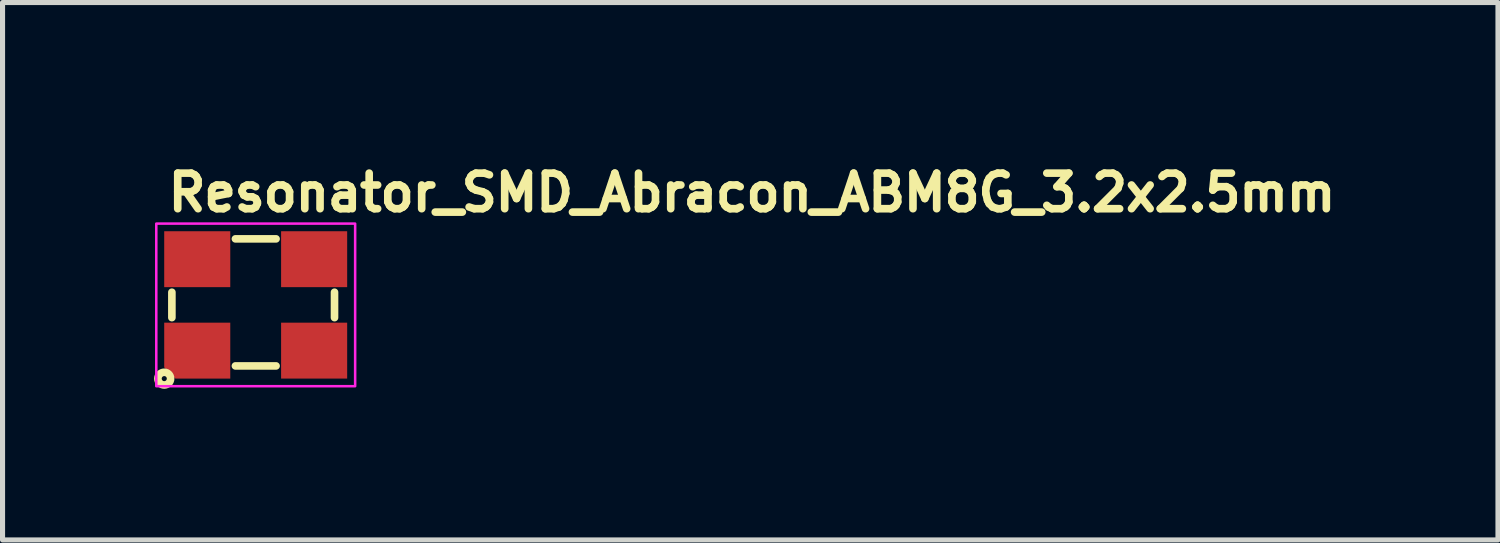
<source format=kicad_pcb>
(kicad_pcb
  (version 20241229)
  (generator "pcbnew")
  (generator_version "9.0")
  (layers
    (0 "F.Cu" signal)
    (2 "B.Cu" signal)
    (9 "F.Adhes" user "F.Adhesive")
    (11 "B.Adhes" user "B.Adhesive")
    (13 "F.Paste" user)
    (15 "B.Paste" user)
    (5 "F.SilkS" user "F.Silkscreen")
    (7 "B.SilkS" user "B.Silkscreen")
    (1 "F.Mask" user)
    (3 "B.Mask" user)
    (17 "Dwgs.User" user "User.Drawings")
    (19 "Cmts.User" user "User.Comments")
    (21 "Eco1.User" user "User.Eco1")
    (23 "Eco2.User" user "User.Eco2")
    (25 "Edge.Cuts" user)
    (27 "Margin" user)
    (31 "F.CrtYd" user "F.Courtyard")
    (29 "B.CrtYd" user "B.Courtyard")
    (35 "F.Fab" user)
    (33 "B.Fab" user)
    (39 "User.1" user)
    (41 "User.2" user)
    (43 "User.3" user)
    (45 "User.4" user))
  (footprint "Resonator_SMD_Abracon_ABM8G_3.2x2.5mm"
    (layer "F.Cu")
    (at 1.932 2.9)
    (property "Reference" "Resonator_SMD_Abracon_ABM8G_3.2x2.5mm" (at -1.75 -1.75 180) (layer "F.SilkS") (effects (font (size 0.7 0.7) (thickness 0.15)) (justify left bottom)))
    (attr smd)
    (fp_line (start -1.6 0.3) (end -1.6 -0.2) (stroke (width 0.15) (type solid)) (layer "F.SilkS"))
    (fp_line (start -0.35 -1.25) (end 0.45 -1.25) (stroke (width 0.15) (type solid)) (layer "F.SilkS"))
    (fp_line (start -0.35 1.25) (end 0.45 1.25) (stroke (width 0.15) (type solid)) (layer "F.SilkS"))
    (fp_line (start 1.6 0.3) (end 1.6 -0.2) (stroke (width 0.15) (type solid)) (layer "F.SilkS"))
    (fp_circle (center -1.75 1.5) (end -1.7 1.5) (stroke (width 0.15) (type solid)) (fill no) (layer "F.SilkS"))
    (fp_rect (start -1.907 -1.55) (end 2.006 1.649) (stroke (width 0.05) (type solid)) (fill no) (layer "F.CrtYd"))
    (fp_rect (start -1.607 -1.25) (end 1.606 1.249) (stroke (width 0.1) (type solid)) (fill no) (layer "User.5"))
    (fp_line (start -1.607 -1.071) (end -1.605 -1.081) (stroke (width 0.02) (type solid)) (layer "User.9"))
    (fp_line (start -1.607 -1.061) (end -1.607 -1.071) (stroke (width 0.02) (type solid)) (layer "User.9"))
    (fp_line (start -1.607 -1.051) (end -1.607 -1.061) (stroke (width 0.02) (type solid)) (layer "User.9"))
    (fp_line (start -1.607 -1.051) (end -1.607 -0.951) (stroke (width 0.02) (type solid)) (layer "User.9"))
    (fp_line (start -1.607 -0.951) (end -1.591 -0.951) (stroke (width 0.02) (type solid)) (layer "User.9"))
    (fp_line (start -1.607 0.949) (end -1.607 1.05) (stroke (width 0.02) (type solid)) (layer "User.9"))
    (fp_line (start -1.607 1.05) (end -1.607 1.058) (stroke (width 0.02) (type solid)) (layer "User.9"))
    (fp_line (start -1.607 1.058) (end -1.607 1.068) (stroke (width 0.02) (type solid)) (layer "User.9"))
    (fp_line (start -1.607 1.068) (end -1.605 1.078) (stroke (width 0.02) (type solid)) (layer "User.9"))
    (fp_line (start -1.605 -1.091) (end -1.601 -1.099) (stroke (width 0.02) (type solid)) (layer "User.9"))
    (fp_line (start -1.605 -1.081) (end -1.605 -1.091) (stroke (width 0.02) (type solid)) (layer "User.9"))
    (fp_line (start -1.605 1.078) (end -1.605 1.088) (stroke (width 0.02) (type solid)) (layer "User.9"))
    (fp_line (start -1.605 1.088) (end -1.601 1.098) (stroke (width 0.02) (type solid)) (layer "User.9"))
    (fp_line (start -1.601 -1.099) (end -1.599 -1.109) (stroke (width 0.02) (type solid)) (layer "User.9"))
    (fp_line (start -1.601 1.098) (end -1.599 1.108) (stroke (width 0.02) (type solid)) (layer "User.9"))
    (fp_line (start -1.599 -1.109) (end -1.597 -1.119) (stroke (width 0.02) (type solid)) (layer "User.9"))
    (fp_line (start -1.599 1.108) (end -1.597 1.116) (stroke (width 0.02) (type solid)) (layer "User.9"))
    (fp_line (start -1.597 -1.119) (end -1.593 -1.127) (stroke (width 0.02) (type solid)) (layer "User.9"))
    (fp_line (start -1.597 1.116) (end -1.593 1.126) (stroke (width 0.02) (type solid)) (layer "User.9"))
    (fp_line (start -1.593 -1.127) (end -1.589 -1.137) (stroke (width 0.02) (type solid)) (layer "User.9"))
    (fp_line (start -1.593 1.126) (end -1.589 1.134) (stroke (width 0.02) (type solid)) (layer "User.9"))
    (fp_line (start -1.591 -1.061) (end -1.589 -1.071) (stroke (width 0.02) (type solid)) (layer "User.9"))
    (fp_line (start -1.591 -1.051) (end -1.591 -1.061) (stroke (width 0.02) (type solid)) (layer "User.9"))
    (fp_line (start -1.591 -1.041) (end -1.591 -1.051) (stroke (width 0.02) (type solid)) (layer "User.9"))
    (fp_line (start -1.591 -1.041) (end -1.591 1.04) (stroke (width 0.02) (type solid)) (layer "User.9"))
    (fp_line (start -1.591 0.949) (end -1.607 0.949) (stroke (width 0.02) (type solid)) (layer "User.9"))
    (fp_line (start -1.591 1.048) (end -1.591 1.04) (stroke (width 0.02) (type solid)) (layer "User.9"))
    (fp_line (start -1.591 1.058) (end -1.591 1.048) (stroke (width 0.02) (type solid)) (layer "User.9"))
    (fp_line (start -1.589 -1.137) (end -1.585 -1.145) (stroke (width 0.02) (type solid)) (layer "User.9"))
    (fp_line (start -1.589 -1.071) (end -1.587 -1.081) (stroke (width 0.02) (type solid)) (layer "User.9"))
    (fp_line (start -1.589 1.068) (end -1.591 1.058) (stroke (width 0.02) (type solid)) (layer "User.9"))
    (fp_line (start -1.589 1.134) (end -1.585 1.144) (stroke (width 0.02) (type solid)) (layer "User.9"))
    (fp_line (start -1.587 -1.081) (end -1.585 -1.089) (stroke (width 0.02) (type solid)) (layer "User.9"))
    (fp_line (start -1.587 1.078) (end -1.589 1.068) (stroke (width 0.02) (type solid)) (layer "User.9"))
    (fp_line (start -1.585 -1.145) (end -1.579 -1.154) (stroke (width 0.02) (type solid)) (layer "User.9"))
    (fp_line (start -1.585 -1.089) (end -1.583 -1.099) (stroke (width 0.02) (type solid)) (layer "User.9"))
    (fp_line (start -1.585 1.088) (end -1.587 1.078) (stroke (width 0.02) (type solid)) (layer "User.9"))
    (fp_line (start -1.585 1.144) (end -1.579 1.152) (stroke (width 0.02) (type solid)) (layer "User.9"))
    (fp_line (start -1.583 -1.099) (end -1.579 -1.109) (stroke (width 0.02) (type solid)) (layer "User.9"))
    (fp_line (start -1.583 1.098) (end -1.585 1.088) (stroke (width 0.02) (type solid)) (layer "User.9"))
    (fp_line (start -1.579 -1.154) (end -1.575 -1.162) (stroke (width 0.02) (type solid)) (layer "User.9"))
    (fp_line (start -1.579 -1.109) (end -1.575 -1.117) (stroke (width 0.02) (type solid)) (layer "User.9"))
    (fp_line (start -1.579 1.106) (end -1.583 1.098) (stroke (width 0.02) (type solid)) (layer "User.9"))
    (fp_line (start -1.579 1.152) (end -1.575 1.159) (stroke (width 0.02) (type solid)) (layer "User.9"))
    (fp_line (start -1.575 -1.162) (end -1.569 -1.17) (stroke (width 0.02) (type solid)) (layer "User.9"))
    (fp_line (start -1.575 -1.117) (end -1.571 -1.127) (stroke (width 0.02) (type solid)) (layer "User.9"))
    (fp_line (start -1.575 1.116) (end -1.579 1.106) (stroke (width 0.02) (type solid)) (layer "User.9"))
    (fp_line (start -1.575 1.159) (end -1.569 1.167) (stroke (width 0.02) (type solid)) (layer "User.9"))
    (fp_line (start -1.571 -1.127) (end -1.567 -1.135) (stroke (width 0.02) (type solid)) (layer "User.9"))
    (fp_line (start -1.571 -1.059) (end -1.571 -1.051) (stroke (width 0.02) (type solid)) (layer "User.9"))
    (fp_line (start -1.571 -1.051) (end -1.571 -1.041) (stroke (width 0.02) (type solid)) (layer "User.9"))
    (fp_line (start -1.571 1.04) (end -1.571 1.048) (stroke (width 0.02) (type solid)) (layer "User.9"))
    (fp_line (start -1.571 1.048) (end -1.571 1.058) (stroke (width 0.02) (type solid)) (layer "User.9"))
    (fp_line (start -1.571 1.058) (end -1.569 1.066) (stroke (width 0.02) (type solid)) (layer "User.9"))
    (fp_line (start -1.571 1.124) (end -1.575 1.116) (stroke (width 0.02) (type solid)) (layer "User.9"))
    (fp_line (start -1.569 -1.17) (end -1.563 -1.178) (stroke (width 0.02) (type solid)) (layer "User.9"))
    (fp_line (start -1.569 -1.069) (end -1.571 -1.059) (stroke (width 0.02) (type solid)) (layer "User.9"))
    (fp_line (start -1.569 1.066) (end -1.567 1.074) (stroke (width 0.02) (type solid)) (layer "User.9"))
    (fp_line (start -1.569 1.167) (end -1.563 1.175) (stroke (width 0.02) (type solid)) (layer "User.9"))
    (fp_line (start -1.567 -1.135) (end -1.563 -1.143) (stroke (width 0.02) (type solid)) (layer "User.9"))
    (fp_line (start -1.567 -1.077) (end -1.569 -1.069) (stroke (width 0.02) (type solid)) (layer "User.9"))
    (fp_line (start -1.567 1.074) (end -1.565 1.084) (stroke (width 0.02) (type solid)) (layer "User.9"))
    (fp_line (start -1.567 1.134) (end -1.571 1.124) (stroke (width 0.02) (type solid)) (layer "User.9"))
    (fp_line (start -1.565 -1.085) (end -1.567 -1.077) (stroke (width 0.02) (type solid)) (layer "User.9"))
    (fp_line (start -1.565 1.084) (end -1.563 1.092) (stroke (width 0.02) (type solid)) (layer "User.9"))
    (fp_line (start -1.563 -1.178) (end -1.557 -1.186) (stroke (width 0.02) (type solid)) (layer "User.9"))
    (fp_line (start -1.563 -1.143) (end -1.557 -1.151) (stroke (width 0.02) (type solid)) (layer "User.9"))
    (fp_line (start -1.563 -1.095) (end -1.565 -1.085) (stroke (width 0.02) (type solid)) (layer "User.9"))
    (fp_line (start -1.563 1.092) (end -1.561 1.1) (stroke (width 0.02) (type solid)) (layer "User.9"))
    (fp_line (start -1.563 1.142) (end -1.567 1.134) (stroke (width 0.02) (type solid)) (layer "User.9"))
    (fp_line (start -1.563 1.175) (end -1.557 1.183) (stroke (width 0.02) (type solid)) (layer "User.9"))
    (fp_line (start -1.561 -1.103) (end -1.563 -1.095) (stroke (width 0.02) (type solid)) (layer "User.9"))
    (fp_line (start -1.561 1.1) (end -1.557 1.108) (stroke (width 0.02) (type solid)) (layer "User.9"))
    (fp_line (start -1.557 -1.186) (end -1.549 -1.192) (stroke (width 0.02) (type solid)) (layer "User.9"))
    (fp_line (start -1.557 -1.151) (end -1.551 -1.16) (stroke (width 0.02) (type solid)) (layer "User.9"))
    (fp_line (start -1.557 -1.111) (end -1.561 -1.103) (stroke (width 0.02) (type solid)) (layer "User.9"))
    (fp_line (start -1.557 1.108) (end -1.555 1.116) (stroke (width 0.02) (type solid)) (layer "User.9"))
    (fp_line (start -1.557 1.15) (end -1.563 1.142) (stroke (width 0.02) (type solid)) (layer "User.9"))
    (fp_line (start -1.557 1.183) (end -1.549 1.191) (stroke (width 0.02) (type solid)) (layer "User.9"))
    (fp_line (start -1.555 -1.119) (end -1.557 -1.111) (stroke (width 0.02) (type solid)) (layer "User.9"))
    (fp_line (start -1.555 1.116) (end -1.551 1.124) (stroke (width 0.02) (type solid)) (layer "User.9"))
    (fp_line (start -1.551 -1.16) (end -1.545 -1.168) (stroke (width 0.02) (type solid)) (layer "User.9"))
    (fp_line (start -1.551 -1.125) (end -1.555 -1.119) (stroke (width 0.02) (type solid)) (layer "User.9"))
    (fp_line (start -1.551 1.124) (end -1.545 1.132) (stroke (width 0.02) (type solid)) (layer "User.9"))
    (fp_line (start -1.551 1.157) (end -1.557 1.15) (stroke (width 0.02) (type solid)) (layer "User.9"))
    (fp_line (start -1.549 -1.192) (end -1.549 -1.192) (stroke (width 0.02) (type solid)) (layer "User.9"))
    (fp_line (start -1.549 -1.192) (end -1.543 -1.2) (stroke (width 0.02) (type solid)) (layer "User.9"))
    (fp_line (start -1.549 1.191) (end -1.549 1.191) (stroke (width 0.02) (type solid)) (layer "User.9"))
    (fp_line (start -1.549 1.191) (end -1.543 1.197) (stroke (width 0.02) (type solid)) (layer "User.9"))
    (fp_line (start -1.547 -1.133) (end -1.551 -1.125) (stroke (width 0.02) (type solid)) (layer "User.9"))
    (fp_line (start -1.545 -1.168) (end -1.539 -1.176) (stroke (width 0.02) (type solid)) (layer "User.9"))
    (fp_line (start -1.545 1.132) (end -1.541 1.138) (stroke (width 0.02) (type solid)) (layer "User.9"))
    (fp_line (start -1.545 1.165) (end -1.551 1.157) (stroke (width 0.02) (type solid)) (layer "User.9"))
    (fp_line (start -1.543 -1.2) (end -1.534 -1.206) (stroke (width 0.02) (type solid)) (layer "User.9"))
    (fp_line (start -1.543 1.197) (end -1.534 1.203) (stroke (width 0.02) (type solid)) (layer "User.9"))
    (fp_line (start -1.541 -1.141) (end -1.547 -1.133) (stroke (width 0.02) (type solid)) (layer "User.9"))
    (fp_line (start -1.541 1.138) (end -1.536 1.146) (stroke (width 0.02) (type solid)) (layer "User.9"))
    (fp_line (start -1.539 -1.176) (end -1.532 -1.182) (stroke (width 0.02) (type solid)) (layer "User.9"))
    (fp_line (start -1.539 1.173) (end -1.545 1.165) (stroke (width 0.02) (type solid)) (layer "User.9"))
    (fp_line (start -1.536 -1.147) (end -1.541 -1.141) (stroke (width 0.02) (type solid)) (layer "User.9"))
    (fp_line (start -1.536 1.146) (end -1.53 1.153) (stroke (width 0.02) (type solid)) (layer "User.9"))
    (fp_line (start -1.534 -1.206) (end -1.526 -1.212) (stroke (width 0.02) (type solid)) (layer "User.9"))
    (fp_line (start -1.534 1.203) (end -1.526 1.209) (stroke (width 0.02) (type solid)) (layer "User.9"))
    (fp_line (start -1.532 -1.182) (end -1.532 -1.182) (stroke (width 0.02) (type solid)) (layer "User.9"))
    (fp_line (start -1.532 -1.182) (end -1.526 -1.19) (stroke (width 0.02) (type solid)) (layer "User.9"))
    (fp_line (start -1.532 1.181) (end -1.539 1.173) (stroke (width 0.02) (type solid)) (layer "User.9"))
    (fp_line (start -1.532 1.181) (end -1.532 1.181) (stroke (width 0.02) (type solid)) (layer "User.9"))
    (fp_line (start -1.53 -1.154) (end -1.536 -1.147) (stroke (width 0.02) (type solid)) (layer "User.9"))
    (fp_line (start -1.53 1.153) (end -1.524 1.159) (stroke (width 0.02) (type solid)) (layer "User.9"))
    (fp_line (start -1.526 -1.212) (end -1.518 -1.218) (stroke (width 0.02) (type solid)) (layer "User.9"))
    (fp_line (start -1.526 -1.19) (end -1.518 -1.196) (stroke (width 0.02) (type solid)) (layer "User.9"))
    (fp_line (start -1.526 1.187) (end -1.532 1.181) (stroke (width 0.02) (type solid)) (layer "User.9"))
    (fp_line (start -1.526 1.209) (end -1.518 1.215) (stroke (width 0.02) (type solid)) (layer "User.9"))
    (fp_line (start -1.524 -1.162) (end -1.53 -1.154) (stroke (width 0.02) (type solid)) (layer "User.9"))
    (fp_line (start -1.524 1.159) (end -1.518 1.167) (stroke (width 0.02) (type solid)) (layer "User.9"))
    (fp_line (start -1.52 -0.837) (end -1.518 -0.845) (stroke (width 0.02) (type solid)) (layer "User.9"))
    (fp_line (start -1.52 -0.831) (end -1.52 -0.837) (stroke (width 0.02) (type solid)) (layer "User.9"))
    (fp_line (start -1.52 -0.824) (end -1.52 -0.831) (stroke (width 0.02) (type solid)) (layer "User.9"))
    (fp_line (start -1.52 -0.816) (end -1.52 -0.824) (stroke (width 0.02) (type solid)) (layer "User.9"))
    (fp_line (start -1.52 -0.809) (end -1.52 -0.816) (stroke (width 0.02) (type solid)) (layer "User.9"))
    (fp_line (start -1.52 -0.802) (end -1.52 -0.809) (stroke (width 0.02) (type solid)) (layer "User.9"))
    (fp_line (start -1.52 0.807) (end -1.52 0.8) (stroke (width 0.02) (type solid)) (layer "User.9"))
    (fp_line (start -1.52 0.815) (end -1.52 0.807) (stroke (width 0.02) (type solid)) (layer "User.9"))
    (fp_line (start -1.52 0.822) (end -1.52 0.815) (stroke (width 0.02) (type solid)) (layer "User.9"))
    (fp_line (start -1.52 0.83) (end -1.52 0.822) (stroke (width 0.02) (type solid)) (layer "User.9"))
    (fp_line (start -1.518 -1.218) (end -1.51 -1.222) (stroke (width 0.02) (type solid)) (layer "User.9"))
    (fp_line (start -1.518 -1.196) (end -1.51 -1.202) (stroke (width 0.02) (type solid)) (layer "User.9"))
    (fp_line (start -1.518 -1.168) (end -1.524 -1.162) (stroke (width 0.02) (type solid)) (layer "User.9"))
    (fp_line (start -1.518 -1.168) (end -1.518 -1.168) (stroke (width 0.02) (type solid)) (layer "User.9"))
    (fp_line (start -1.518 -0.845) (end -1.516 -0.852) (stroke (width 0.02) (type solid)) (layer "User.9"))
    (fp_line (start -1.518 0.837) (end -1.52 0.83) (stroke (width 0.02) (type solid)) (layer "User.9"))
    (fp_line (start -1.518 0.844) (end -1.518 0.837) (stroke (width 0.02) (type solid)) (layer "User.9"))
    (fp_line (start -1.518 1.167) (end -1.518 1.167) (stroke (width 0.02) (type solid)) (layer "User.9"))
    (fp_line (start -1.518 1.167) (end -1.512 1.173) (stroke (width 0.02) (type solid)) (layer "User.9"))
    (fp_line (start -1.518 1.193) (end -1.526 1.187) (stroke (width 0.02) (type solid)) (layer "User.9"))
    (fp_line (start -1.518 1.215) (end -1.51 1.221) (stroke (width 0.02) (type solid)) (layer "User.9"))
    (fp_line (start -1.516 -0.859) (end -1.514 -0.867) (stroke (width 0.02) (type solid)) (layer "User.9"))
    (fp_line (start -1.516 -0.852) (end -1.516 -0.859) (stroke (width 0.02) (type solid)) (layer "User.9"))
    (fp_line (start -1.516 0.851) (end -1.518 0.844) (stroke (width 0.02) (type solid)) (layer "User.9"))
    (fp_line (start -1.516 0.859) (end -1.516 0.851) (stroke (width 0.02) (type solid)) (layer "User.9"))
    (fp_line (start -1.514 -0.867) (end -1.512 -0.874) (stroke (width 0.02) (type solid)) (layer "User.9"))
    (fp_line (start -1.514 0.866) (end -1.516 0.859) (stroke (width 0.02) (type solid)) (layer "User.9"))
    (fp_line (start -1.512 -1.174) (end -1.518 -1.168) (stroke (width 0.02) (type solid)) (layer "User.9"))
    (fp_line (start -1.512 -0.874) (end -1.51 -0.881) (stroke (width 0.02) (type solid)) (layer "User.9"))
    (fp_line (start -1.512 0.873) (end -1.514 0.866) (stroke (width 0.02) (type solid)) (layer "User.9"))
    (fp_line (start -1.512 1.173) (end -1.504 1.179) (stroke (width 0.02) (type solid)) (layer "User.9"))
    (fp_line (start -1.51 -1.222) (end -1.502 -1.228) (stroke (width 0.02) (type solid)) (layer "User.9"))
    (fp_line (start -1.51 -1.202) (end -1.502 -1.208) (stroke (width 0.02) (type solid)) (layer "User.9"))
    (fp_line (start -1.51 -0.881) (end -1.508 -0.889) (stroke (width 0.02) (type solid)) (layer "User.9"))
    (fp_line (start -1.51 0.881) (end -1.512 0.873) (stroke (width 0.02) (type solid)) (layer "User.9"))
    (fp_line (start -1.51 1.199) (end -1.518 1.193) (stroke (width 0.02) (type solid)) (layer "User.9"))
    (fp_line (start -1.51 1.221) (end -1.502 1.225) (stroke (width 0.02) (type solid)) (layer "User.9"))
    (fp_line (start -1.508 -0.889) (end -1.506 -0.896) (stroke (width 0.02) (type solid)) (layer "User.9"))
    (fp_line (start -1.508 0.888) (end -1.51 0.881) (stroke (width 0.02) (type solid)) (layer "User.9"))
    (fp_line (start -1.506 -0.896) (end -1.504 -0.905) (stroke (width 0.02) (type solid)) (layer "User.9"))
    (fp_line (start -1.506 0.896) (end -1.508 0.888) (stroke (width 0.02) (type solid)) (layer "User.9"))
    (fp_line (start -1.504 -1.18) (end -1.512 -1.174) (stroke (width 0.02) (type solid)) (layer "User.9"))
    (fp_line (start -1.504 -0.905) (end -1.502 -0.912) (stroke (width 0.02) (type solid)) (layer "User.9"))
    (fp_line (start -1.504 0.903) (end -1.506 0.896) (stroke (width 0.02) (type solid)) (layer "User.9"))
    (fp_line (start -1.504 1.179) (end -1.498 1.185) (stroke (width 0.02) (type solid)) (layer "User.9"))
    (fp_line (start -1.502 -1.228) (end -1.494 -1.232) (stroke (width 0.02) (type solid)) (layer "User.9"))
    (fp_line (start -1.502 -1.208) (end -1.494 -1.212) (stroke (width 0.02) (type solid)) (layer "User.9"))
    (fp_line (start -1.502 -0.912) (end -1.498 -0.919) (stroke (width 0.02) (type solid)) (layer "User.9"))
    (fp_line (start -1.502 0.91) (end -1.504 0.903) (stroke (width 0.02) (type solid)) (layer "User.9"))
    (fp_line (start -1.502 1.205) (end -1.51 1.199) (stroke (width 0.02) (type solid)) (layer "User.9"))
    (fp_line (start -1.502 1.225) (end -1.494 1.229) (stroke (width 0.02) (type solid)) (layer "User.9"))
    (fp_line (start -1.5 -0.831) (end -1.498 -0.845) (stroke (width 0.02) (type solid)) (layer "User.9"))
    (fp_line (start -1.5 -0.816) (end -1.5 -0.831) (stroke (width 0.02) (type solid)) (layer "User.9"))
    (fp_line (start -1.5 -0.802) (end -1.5 -0.816) (stroke (width 0.02) (type solid)) (layer "User.9"))
    (fp_line (start -1.5 -0.802) (end -1.5 0.8) (stroke (width 0.02) (type solid)) (layer "User.9"))
    (fp_line (start -1.5 -0.802) (end -1.5 0.8) (stroke (width 0.02) (type solid)) (layer "User.9"))
    (fp_line (start -1.5 0.814) (end -1.5 0.8) (stroke (width 0.02) (type solid)) (layer "User.9"))
    (fp_line (start -1.5 0.829) (end -1.5 0.814) (stroke (width 0.02) (type solid)) (layer "User.9"))
    (fp_line (start -1.498 -1.186) (end -1.504 -1.18) (stroke (width 0.02) (type solid)) (layer "User.9"))
    (fp_line (start -1.498 -0.919) (end -1.498 -0.919) (stroke (width 0.02) (type solid)) (layer "User.9"))
    (fp_line (start -1.498 -0.919) (end -1.496 -0.927) (stroke (width 0.02) (type solid)) (layer "User.9"))
    (fp_line (start -1.498 -0.845) (end -1.496 -0.859) (stroke (width 0.02) (type solid)) (layer "User.9"))
    (fp_line (start -1.498 0.843) (end -1.5 0.829) (stroke (width 0.02) (type solid)) (layer "User.9"))
    (fp_line (start -1.498 0.917) (end -1.502 0.91) (stroke (width 0.02) (type solid)) (layer "User.9"))
    (fp_line (start -1.498 0.917) (end -1.498 0.917) (stroke (width 0.02) (type solid)) (layer "User.9"))
    (fp_line (start -1.498 1.185) (end -1.49 1.189) (stroke (width 0.02) (type solid)) (layer "User.9"))
    (fp_line (start -1.496 -0.927) (end -1.492 -0.934) (stroke (width 0.02) (type solid)) (layer "User.9"))
    (fp_line (start -1.496 -0.859) (end -1.492 -0.874) (stroke (width 0.02) (type solid)) (layer "User.9"))
    (fp_line (start -1.496 0.857) (end -1.498 0.843) (stroke (width 0.02) (type solid)) (layer "User.9"))
    (fp_line (start -1.496 0.925) (end -1.498 0.917) (stroke (width 0.02) (type solid)) (layer "User.9"))
    (fp_line (start -1.494 -1.232) (end -1.484 -1.236) (stroke (width 0.02) (type solid)) (layer "User.9"))
    (fp_line (start -1.494 -1.212) (end -1.486 -1.218) (stroke (width 0.02) (type solid)) (layer "User.9"))
    (fp_line (start -1.494 1.211) (end -1.502 1.205) (stroke (width 0.02) (type solid)) (layer "User.9"))
    (fp_line (start -1.494 1.229) (end -1.484 1.233) (stroke (width 0.02) (type solid)) (layer "User.9"))
    (fp_line (start -1.492 -0.934) (end -1.488 -0.942) (stroke (width 0.02) (type solid)) (layer "User.9"))
    (fp_line (start -1.492 -0.874) (end -1.488 -0.888) (stroke (width 0.02) (type solid)) (layer "User.9"))
    (fp_line (start -1.492 0.872) (end -1.496 0.857) (stroke (width 0.02) (type solid)) (layer "User.9"))
    (fp_line (start -1.492 0.933) (end -1.496 0.925) (stroke (width 0.02) (type solid)) (layer "User.9"))
    (fp_line (start -1.49 -1.192) (end -1.498 -1.186) (stroke (width 0.02) (type solid)) (layer "User.9"))
    (fp_line (start -1.49 1.189) (end -1.484 1.195) (stroke (width 0.02) (type solid)) (layer "User.9"))
    (fp_line (start -1.488 -0.942) (end -1.484 -0.949) (stroke (width 0.02) (type solid)) (layer "User.9"))
    (fp_line (start -1.488 -0.888) (end -1.484 -0.903) (stroke (width 0.02) (type solid)) (layer "User.9"))
    (fp_line (start -1.488 0.886) (end -1.492 0.872) (stroke (width 0.02) (type solid)) (layer "User.9"))
    (fp_line (start -1.488 0.94) (end -1.492 0.933) (stroke (width 0.02) (type solid)) (layer "User.9"))
    (fp_line (start -1.486 -1.218) (end -1.476 -1.222) (stroke (width 0.02) (type solid)) (layer "User.9"))
    (fp_line (start -1.486 1.215) (end -1.494 1.211) (stroke (width 0.02) (type solid)) (layer "User.9"))
    (fp_line (start -1.484 -1.236) (end -1.476 -1.24) (stroke (width 0.02) (type solid)) (layer "User.9"))
    (fp_line (start -1.484 -1.196) (end -1.49 -1.192) (stroke (width 0.02) (type solid)) (layer "User.9"))
    (fp_line (start -1.484 -0.949) (end -1.48 -0.956) (stroke (width 0.02) (type solid)) (layer "User.9"))
    (fp_line (start -1.484 -0.903) (end -1.478 -0.916) (stroke (width 0.02) (type solid)) (layer "User.9"))
    (fp_line (start -1.484 0.901) (end -1.488 0.886) (stroke (width 0.02) (type solid)) (layer "User.9"))
    (fp_line (start -1.484 0.948) (end -1.488 0.94) (stroke (width 0.02) (type solid)) (layer "User.9"))
    (fp_line (start -1.484 1.195) (end -1.476 1.199) (stroke (width 0.02) (type solid)) (layer "User.9"))
    (fp_line (start -1.484 1.233) (end -1.476 1.237) (stroke (width 0.02) (type solid)) (layer "User.9"))
    (fp_line (start -1.48 -0.956) (end -1.476 -0.962) (stroke (width 0.02) (type solid)) (layer "User.9"))
    (fp_line (start -1.48 0.955) (end -1.484 0.948) (stroke (width 0.02) (type solid)) (layer "User.9"))
    (fp_line (start -1.478 -0.916) (end -1.472 -0.93) (stroke (width 0.02) (type solid)) (layer "User.9"))
    (fp_line (start -1.478 0.914) (end -1.484 0.901) (stroke (width 0.02) (type solid)) (layer "User.9"))
    (fp_line (start -1.476 -1.24) (end -1.466 -1.242) (stroke (width 0.02) (type solid)) (layer "User.9"))
    (fp_line (start -1.476 -1.222) (end -1.468 -1.226) (stroke (width 0.02) (type solid)) (layer "User.9"))
    (fp_line (start -1.476 -1.2) (end -1.484 -1.196) (stroke (width 0.02) (type solid)) (layer "User.9"))
    (fp_line (start -1.476 -0.962) (end -1.472 -0.969) (stroke (width 0.02) (type solid)) (layer "User.9"))
    (fp_line (start -1.476 0.961) (end -1.48 0.955) (stroke (width 0.02) (type solid)) (layer "User.9"))
    (fp_line (start -1.476 1.199) (end -1.468 1.203) (stroke (width 0.02) (type solid)) (layer "User.9"))
    (fp_line (start -1.476 1.219) (end -1.486 1.215) (stroke (width 0.02) (type solid)) (layer "User.9"))
    (fp_line (start -1.476 1.237) (end -1.466 1.241) (stroke (width 0.02) (type solid)) (layer "User.9"))
    (fp_line (start -1.472 -0.969) (end -1.468 -0.976) (stroke (width 0.02) (type solid)) (layer "User.9"))
    (fp_line (start -1.472 -0.93) (end -1.466 -0.943) (stroke (width 0.02) (type solid)) (layer "User.9"))
    (fp_line (start -1.472 0.928) (end -1.478 0.914) (stroke (width 0.02) (type solid)) (layer "User.9"))
    (fp_line (start -1.472 0.968) (end -1.476 0.961) (stroke (width 0.02) (type solid)) (layer "User.9"))
    (fp_line (start -1.468 -1.226) (end -1.458 -1.23) (stroke (width 0.02) (type solid)) (layer "User.9"))
    (fp_line (start -1.468 -1.204) (end -1.476 -1.2) (stroke (width 0.02) (type solid)) (layer "User.9"))
    (fp_line (start -1.468 -0.976) (end -1.464 -0.983) (stroke (width 0.02) (type solid)) (layer "User.9"))
    (fp_line (start -1.468 0.975) (end -1.472 0.968) (stroke (width 0.02) (type solid)) (layer "User.9"))
    (fp_line (start -1.468 1.203) (end -1.46 1.205) (stroke (width 0.02) (type solid)) (layer "User.9"))
    (fp_line (start -1.468 1.223) (end -1.476 1.219) (stroke (width 0.02) (type solid)) (layer "User.9"))
    (fp_line (start -1.466 -1.242) (end -1.456 -1.244) (stroke (width 0.02) (type solid)) (layer "User.9"))
    (fp_line (start -1.466 -0.943) (end -1.458 -0.956) (stroke (width 0.02) (type solid)) (layer "User.9"))
    (fp_line (start -1.466 0.941) (end -1.472 0.928) (stroke (width 0.02) (type solid)) (layer "User.9"))
    (fp_line (start -1.466 1.241) (end -1.456 1.243) (stroke (width 0.02) (type solid)) (layer "User.9"))
    (fp_line (start -1.464 -0.983) (end -1.46 -0.989) (stroke (width 0.02) (type solid)) (layer "User.9"))
    (fp_line (start -1.464 0.982) (end -1.468 0.975) (stroke (width 0.02) (type solid)) (layer "User.9"))
    (fp_line (start -1.46 -1.208) (end -1.468 -1.204) (stroke (width 0.02) (type solid)) (layer "User.9"))
    (fp_line (start -1.46 -0.989) (end -1.454 -0.996) (stroke (width 0.02) (type solid)) (layer "User.9"))
    (fp_line (start -1.46 1.205) (end -1.452 1.209) (stroke (width 0.02) (type solid)) (layer "User.9"))
    (fp_line (start -1.458 -1.23) (end -1.45 -1.232) (stroke (width 0.02) (type solid)) (layer "User.9"))
    (fp_line (start -1.458 -0.956) (end -1.45 -0.967) (stroke (width 0.02) (type solid)) (layer "User.9"))
    (fp_line (start -1.458 0.954) (end -1.466 0.941) (stroke (width 0.02) (type solid)) (layer "User.9"))
    (fp_line (start -1.458 0.988) (end -1.464 0.982) (stroke (width 0.02) (type solid)) (layer "User.9"))
    (fp_line (start -1.458 1.227) (end -1.468 1.223) (stroke (width 0.02) (type solid)) (layer "User.9"))
    (fp_line (start -1.456 -1.244) (end -1.448 -1.248) (stroke (width 0.02) (type solid)) (layer "User.9"))
    (fp_line (start -1.456 1.243) (end -1.448 1.245) (stroke (width 0.02) (type solid)) (layer "User.9"))
    (fp_line (start -1.454 -0.996) (end -1.45 -1.002) (stroke (width 0.02) (type solid)) (layer "User.9"))
    (fp_line (start -1.454 0.995) (end -1.458 0.988) (stroke (width 0.02) (type solid)) (layer "User.9"))
    (fp_line (start -1.452 -1.21) (end -1.46 -1.208) (stroke (width 0.02) (type solid)) (layer "User.9"))
    (fp_line (start -1.452 1.209) (end -1.444 1.211) (stroke (width 0.02) (type solid)) (layer "User.9"))
    (fp_line (start -1.45 -1.232) (end -1.44 -1.234) (stroke (width 0.02) (type solid)) (layer "User.9"))
    (fp_line (start -1.45 -1.002) (end -1.444 -1.01) (stroke (width 0.02) (type solid)) (layer "User.9"))
    (fp_line (start -1.45 -0.967) (end -1.442 -0.979) (stroke (width 0.02) (type solid)) (layer "User.9"))
    (fp_line (start -1.45 0.965) (end -1.458 0.954) (stroke (width 0.02) (type solid)) (layer "User.9"))
    (fp_line (start -1.45 1.231) (end -1.458 1.227) (stroke (width 0.02) (type solid)) (layer "User.9"))
    (fp_line (start -1.448 -1.248) (end -1.438 -1.248) (stroke (width 0.02) (type solid)) (layer "User.9"))
    (fp_line (start -1.448 1.001) (end -1.454 0.995) (stroke (width 0.02) (type solid)) (layer "User.9"))
    (fp_line (start -1.448 1.245) (end -1.438 1.247) (stroke (width 0.02) (type solid)) (layer "User.9"))
    (fp_line (start -1.444 -1.214) (end -1.452 -1.21) (stroke (width 0.02) (type solid)) (layer "User.9"))
    (fp_line (start -1.444 -1.01) (end -1.438 -1.016) (stroke (width 0.02) (type solid)) (layer "User.9"))
    (fp_line (start -1.444 1.007) (end -1.448 1.001) (stroke (width 0.02) (type solid)) (layer "User.9"))
    (fp_line (start -1.444 1.211) (end -1.436 1.213) (stroke (width 0.02) (type solid)) (layer "User.9"))
    (fp_line (start -1.442 -0.979) (end -1.434 -0.991) (stroke (width 0.02) (type solid)) (layer "User.9"))
    (fp_line (start -1.442 0.977) (end -1.45 0.965) (stroke (width 0.02) (type solid)) (layer "User.9"))
    (fp_line (start -1.44 -1.234) (end -1.43 -1.238) (stroke (width 0.02) (type solid)) (layer "User.9"))
    (fp_line (start -1.44 1.233) (end -1.45 1.231) (stroke (width 0.02) (type solid)) (layer "User.9"))
    (fp_line (start -1.438 -1.248) (end -1.428 -1.25) (stroke (width 0.02) (type solid)) (layer "User.9"))
    (fp_line (start -1.438 -1.016) (end -1.434 -1.022) (stroke (width 0.02) (type solid)) (layer "User.9"))
    (fp_line (start -1.438 1.013) (end -1.444 1.007) (stroke (width 0.02) (type solid)) (layer "User.9"))
    (fp_line (start -1.438 1.247) (end -1.428 1.249) (stroke (width 0.02) (type solid)) (layer "User.9"))
    (fp_line (start -1.436 -1.216) (end -1.444 -1.214) (stroke (width 0.02) (type solid)) (layer "User.9"))
    (fp_line (start -1.436 1.213) (end -1.428 1.215) (stroke (width 0.02) (type solid)) (layer "User.9"))
    (fp_line (start -1.434 -1.022) (end -1.428 -1.027) (stroke (width 0.02) (type solid)) (layer "User.9"))
    (fp_line (start -1.434 -0.991) (end -1.424 -1.002) (stroke (width 0.02) (type solid)) (layer "User.9"))
    (fp_line (start -1.434 0.989) (end -1.442 0.977) (stroke (width 0.02) (type solid)) (layer "User.9"))
    (fp_line (start -1.432 1.019) (end -1.438 1.013) (stroke (width 0.02) (type solid)) (layer "User.9"))
    (fp_line (start -1.43 -1.238) (end -1.42 -1.238) (stroke (width 0.02) (type solid)) (layer "User.9"))
    (fp_line (start -1.43 1.235) (end -1.44 1.233) (stroke (width 0.02) (type solid)) (layer "User.9"))
    (fp_line (start -1.428 -1.25) (end -1.418 -1.25) (stroke (width 0.02) (type solid)) (layer "User.9"))
    (fp_line (start -1.428 -1.027) (end -1.428 -1.027) (stroke (width 0.02) (type solid)) (layer "User.9"))
    (fp_line (start -1.428 -1.027) (end -1.422 -1.033) (stroke (width 0.02) (type solid)) (layer "User.9"))
    (fp_line (start -1.428 1.026) (end -1.432 1.019) (stroke (width 0.02) (type solid)) (layer "User.9"))
    (fp_line (start -1.428 1.026) (end -1.428 1.026) (stroke (width 0.02) (type solid)) (layer "User.9"))
    (fp_line (start -1.428 1.215) (end -1.418 1.217) (stroke (width 0.02) (type solid)) (layer "User.9"))
    (fp_line (start -1.428 1.249) (end -1.418 1.249) (stroke (width 0.02) (type solid)) (layer "User.9"))
    (fp_line (start -1.426 -1.218) (end -1.436 -1.216) (stroke (width 0.02) (type solid)) (layer "User.9"))
    (fp_line (start -1.424 -1.002) (end -1.414 -1.014) (stroke (width 0.02) (type solid)) (layer "User.9"))
    (fp_line (start -1.424 1.001) (end -1.434 0.989) (stroke (width 0.02) (type solid)) (layer "User.9"))
    (fp_line (start -1.422 -1.033) (end -1.416 -1.039) (stroke (width 0.02) (type solid)) (layer "User.9"))
    (fp_line (start -1.422 1.032) (end -1.428 1.026) (stroke (width 0.02) (type solid)) (layer "User.9"))
    (fp_line (start -1.42 -1.238) (end -1.41 -1.24) (stroke (width 0.02) (type solid)) (layer "User.9"))
    (fp_line (start -1.42 1.237) (end -1.43 1.235) (stroke (width 0.02) (type solid)) (layer "User.9"))
    (fp_line (start -1.418 -1.25) (end -1.407 -1.25) (stroke (width 0.02) (type solid)) (layer "User.9"))
    (fp_line (start -1.418 -1.22) (end -1.426 -1.218) (stroke (width 0.02) (type solid)) (layer "User.9"))
    (fp_line (start -1.418 1.217) (end -1.41 1.219) (stroke (width 0.02) (type solid)) (layer "User.9"))
    (fp_line (start -1.418 1.249) (end -1.407 1.249) (stroke (width 0.02) (type solid)) (layer "User.9"))
    (fp_line (start -1.416 -1.039) (end -1.41 -1.043) (stroke (width 0.02) (type solid)) (layer "User.9"))
    (fp_line (start -1.416 1.036) (end -1.422 1.032) (stroke (width 0.02) (type solid)) (layer "User.9"))
    (fp_line (start -1.414 -1.014) (end -1.414 -1.014) (stroke (width 0.02) (type solid)) (layer "User.9"))
    (fp_line (start -1.414 -1.014) (end -1.403 -1.024) (stroke (width 0.02) (type solid)) (layer "User.9"))
    (fp_line (start -1.414 1.011) (end -1.424 1.001) (stroke (width 0.02) (type solid)) (layer "User.9"))
    (fp_line (start -1.414 1.011) (end -1.414 1.011) (stroke (width 0.02) (type solid)) (layer "User.9"))
    (fp_line (start -1.41 -1.24) (end -1.401 -1.24) (stroke (width 0.02) (type solid)) (layer "User.9"))
    (fp_line (start -1.41 -1.22) (end -1.418 -1.22) (stroke (width 0.02) (type solid)) (layer "User.9"))
    (fp_line (start -1.41 -1.043) (end -1.403 -1.049) (stroke (width 0.02) (type solid)) (layer "User.9"))
    (fp_line (start -1.41 1.042) (end -1.416 1.036) (stroke (width 0.02) (type solid)) (layer "User.9"))
    (fp_line (start -1.41 1.219) (end -1.401 1.219) (stroke (width 0.02) (type solid)) (layer "User.9"))
    (fp_line (start -1.41 1.239) (end -1.42 1.237) (stroke (width 0.02) (type solid)) (layer "User.9"))
    (fp_line (start -1.407 1.249) (end -1.307 1.249) (stroke (width 0.02) (type solid)) (layer "User.9"))
    (fp_line (start -1.403 -1.049) (end -1.397 -1.055) (stroke (width 0.02) (type solid)) (layer "User.9"))
    (fp_line (start -1.403 -1.024) (end -1.391 -1.033) (stroke (width 0.02) (type solid)) (layer "User.9"))
    (fp_line (start -1.403 1.021) (end -1.414 1.011) (stroke (width 0.02) (type solid)) (layer "User.9"))
    (fp_line (start -1.403 1.048) (end -1.41 1.042) (stroke (width 0.02) (type solid)) (layer "User.9"))
    (fp_line (start -1.401 -1.24) (end -1.391 -1.24) (stroke (width 0.02) (type solid)) (layer "User.9"))
    (fp_line (start -1.401 -1.22) (end -1.41 -1.22) (stroke (width 0.02) (type solid)) (layer "User.9"))
    (fp_line (start -1.401 1.219) (end -1.391 1.219) (stroke (width 0.02) (type solid)) (layer "User.9"))
    (fp_line (start -1.401 1.239) (end -1.41 1.239) (stroke (width 0.02) (type solid)) (layer "User.9"))
    (fp_line (start -1.397 -1.055) (end -1.391 -1.059) (stroke (width 0.02) (type solid)) (layer "User.9"))
    (fp_line (start -1.397 1.052) (end -1.403 1.048) (stroke (width 0.02) (type solid)) (layer "User.9"))
    (fp_line (start -1.391 -1.22) (end -1.401 -1.22) (stroke (width 0.02) (type solid)) (layer "User.9"))
    (fp_line (start -1.391 -1.059) (end -1.385 -1.063) (stroke (width 0.02) (type solid)) (layer "User.9"))
    (fp_line (start -1.391 -1.033) (end -1.379 -1.043) (stroke (width 0.02) (type solid)) (layer "User.9"))
    (fp_line (start -1.391 1.032) (end -1.403 1.021) (stroke (width 0.02) (type solid)) (layer "User.9"))
    (fp_line (start -1.391 1.239) (end -1.401 1.239) (stroke (width 0.02) (type solid)) (layer "User.9"))
    (fp_line (start -1.391 1.239) (end 1.388 1.239) (stroke (width 0.02) (type solid)) (layer "User.9"))
    (fp_line (start -1.389 1.058) (end -1.397 1.052) (stroke (width 0.02) (type solid)) (layer "User.9"))
    (fp_line (start -1.385 -1.063) (end -1.377 -1.069) (stroke (width 0.02) (type solid)) (layer "User.9"))
    (fp_line (start -1.383 1.062) (end -1.389 1.058) (stroke (width 0.02) (type solid)) (layer "User.9"))
    (fp_line (start -1.379 -1.043) (end -1.367 -1.051) (stroke (width 0.02) (type solid)) (layer "User.9"))
    (fp_line (start -1.379 1.04) (end -1.391 1.032) (stroke (width 0.02) (type solid)) (layer "User.9"))
    (fp_line (start -1.377 -1.069) (end -1.371 -1.073) (stroke (width 0.02) (type solid)) (layer "User.9"))
    (fp_line (start -1.377 1.066) (end -1.383 1.062) (stroke (width 0.02) (type solid)) (layer "User.9"))
    (fp_line (start -1.371 -1.073) (end -1.363 -1.077) (stroke (width 0.02) (type solid)) (layer "User.9"))
    (fp_line (start -1.369 1.07) (end -1.377 1.066) (stroke (width 0.02) (type solid)) (layer "User.9"))
    (fp_line (start -1.367 -1.051) (end -1.355 -1.059) (stroke (width 0.02) (type solid)) (layer "User.9"))
    (fp_line (start -1.367 1.048) (end -1.379 1.04) (stroke (width 0.02) (type solid)) (layer "User.9"))
    (fp_line (start -1.363 -1.077) (end -1.357 -1.081) (stroke (width 0.02) (type solid)) (layer "User.9"))
    (fp_line (start -1.363 1.074) (end -1.369 1.07) (stroke (width 0.02) (type solid)) (layer "User.9"))
    (fp_line (start -1.357 -1.081) (end -1.349 -1.085) (stroke (width 0.02) (type solid)) (layer "User.9"))
    (fp_line (start -1.355 -1.059) (end -1.343 -1.065) (stroke (width 0.02) (type solid)) (layer "User.9"))
    (fp_line (start -1.355 1.056) (end -1.367 1.048) (stroke (width 0.02) (type solid)) (layer "User.9"))
    (fp_line (start -1.355 1.078) (end -1.363 1.074) (stroke (width 0.02) (type solid)) (layer "User.9"))
    (fp_line (start -1.349 -1.085) (end -1.341 -1.089) (stroke (width 0.02) (type solid)) (layer "User.9"))
    (fp_line (start -1.349 1.082) (end -1.355 1.078) (stroke (width 0.02) (type solid)) (layer "User.9"))
    (fp_line (start -1.343 -1.065) (end -1.329 -1.073) (stroke (width 0.02) (type solid)) (layer "User.9"))
    (fp_line (start -1.343 1.064) (end -1.355 1.056) (stroke (width 0.02) (type solid)) (layer "User.9"))
    (fp_line (start -1.341 -1.089) (end -1.335 -1.091) (stroke (width 0.02) (type solid)) (layer "User.9"))
    (fp_line (start -1.341 1.086) (end -1.349 1.082) (stroke (width 0.02) (type solid)) (layer "User.9"))
    (fp_line (start -1.335 -1.091) (end -1.327 -1.095) (stroke (width 0.02) (type solid)) (layer "User.9"))
    (fp_line (start -1.333 1.09) (end -1.341 1.086) (stroke (width 0.02) (type solid)) (layer "User.9"))
    (fp_line (start -1.329 -1.073) (end -1.315 -1.079) (stroke (width 0.02) (type solid)) (layer "User.9"))
    (fp_line (start -1.329 1.07) (end -1.343 1.064) (stroke (width 0.02) (type solid)) (layer "User.9"))
    (fp_line (start -1.327 -1.095) (end -1.319 -1.099) (stroke (width 0.02) (type solid)) (layer "User.9"))
    (fp_line (start -1.327 1.094) (end -1.333 1.09) (stroke (width 0.02) (type solid)) (layer "User.9"))
    (fp_line (start -1.319 -1.099) (end -1.319 -1.099) (stroke (width 0.02) (type solid)) (layer "User.9"))
    (fp_line (start -1.319 -1.099) (end -1.311 -1.101) (stroke (width 0.02) (type solid)) (layer "User.9"))
    (fp_line (start -1.319 1.096) (end -1.327 1.094) (stroke (width 0.02) (type solid)) (layer "User.9"))
    (fp_line (start -1.319 1.096) (end -1.319 1.096) (stroke (width 0.02) (type solid)) (layer "User.9"))
    (fp_line (start -1.315 -1.079) (end -1.303 -1.083) (stroke (width 0.02) (type solid)) (layer "User.9"))
    (fp_line (start -1.315 1.076) (end -1.329 1.07) (stroke (width 0.02) (type solid)) (layer "User.9"))
    (fp_line (start -1.313 1.239) (end -1.311 1.239) (stroke (width 0.02) (type solid)) (layer "User.9"))
    (fp_line (start -1.311 -1.101) (end -1.305 -1.103) (stroke (width 0.02) (type solid)) (layer "User.9"))
    (fp_line (start -1.311 1.1) (end -1.319 1.096) (stroke (width 0.02) (type solid)) (layer "User.9"))
    (fp_line (start -1.311 1.239) (end -1.307 1.239) (stroke (width 0.02) (type solid)) (layer "User.9"))
    (fp_line (start -1.307 -1.25) (end -1.407 -1.25) (stroke (width 0.02) (type solid)) (layer "User.9"))
    (fp_line (start -1.307 -1.24) (end -1.307 -1.25) (stroke (width 0.02) (type solid)) (layer "User.9"))
    (fp_line (start -1.307 1.249) (end -1.307 1.239) (stroke (width 0.02) (type solid)) (layer "User.9"))
    (fp_line (start -1.305 -1.103) (end -1.297 -1.107) (stroke (width 0.02) (type solid)) (layer "User.9"))
    (fp_line (start -1.305 1.102) (end -1.311 1.1) (stroke (width 0.02) (type solid)) (layer "User.9"))
    (fp_line (start -1.303 -1.083) (end -1.289 -1.089) (stroke (width 0.02) (type solid)) (layer "User.9"))
    (fp_line (start -1.303 1.082) (end -1.315 1.076) (stroke (width 0.02) (type solid)) (layer "User.9"))
    (fp_line (start -1.297 -1.107) (end -1.291 -1.109) (stroke (width 0.02) (type solid)) (layer "User.9"))
    (fp_line (start -1.297 1.104) (end -1.305 1.102) (stroke (width 0.02) (type solid)) (layer "User.9"))
    (fp_line (start -1.291 -1.109) (end -1.283 -1.111) (stroke (width 0.02) (type solid)) (layer "User.9"))
    (fp_line (start -1.289 -1.089) (end -1.274 -1.091) (stroke (width 0.02) (type solid)) (layer "User.9"))
    (fp_line (start -1.289 1.086) (end -1.303 1.082) (stroke (width 0.02) (type solid)) (layer "User.9"))
    (fp_line (start -1.289 1.106) (end -1.297 1.104) (stroke (width 0.02) (type solid)) (layer "User.9"))
    (fp_line (start -1.283 -1.111) (end -1.276 -1.113) (stroke (width 0.02) (type solid)) (layer "User.9"))
    (fp_line (start -1.281 1.108) (end -1.289 1.106) (stroke (width 0.02) (type solid)) (layer "User.9"))
    (fp_line (start -1.276 -1.113) (end -1.268 -1.113) (stroke (width 0.02) (type solid)) (layer "User.9"))
    (fp_line (start -1.274 -1.091) (end -1.26 -1.095) (stroke (width 0.02) (type solid)) (layer "User.9"))
    (fp_line (start -1.274 1.09) (end -1.289 1.086) (stroke (width 0.02) (type solid)) (layer "User.9"))
    (fp_line (start -1.274 1.11) (end -1.281 1.108) (stroke (width 0.02) (type solid)) (layer "User.9"))
    (fp_line (start -1.268 -1.113) (end -1.262 -1.115) (stroke (width 0.02) (type solid)) (layer "User.9"))
    (fp_line (start -1.268 1.112) (end -1.274 1.11) (stroke (width 0.02) (type solid)) (layer "User.9"))
    (fp_line (start -1.262 -1.115) (end -1.254 -1.117) (stroke (width 0.02) (type solid)) (layer "User.9"))
    (fp_line (start -1.26 -1.095) (end -1.246 -1.097) (stroke (width 0.02) (type solid)) (layer "User.9"))
    (fp_line (start -1.26 1.094) (end -1.274 1.09) (stroke (width 0.02) (type solid)) (layer "User.9"))
    (fp_line (start -1.26 1.114) (end -1.268 1.112) (stroke (width 0.02) (type solid)) (layer "User.9"))
    (fp_line (start -1.254 -1.117) (end -1.246 -1.117) (stroke (width 0.02) (type solid)) (layer "User.9"))
    (fp_line (start -1.252 1.114) (end -1.26 1.114) (stroke (width 0.02) (type solid)) (layer "User.9"))
    (fp_line (start -1.246 -1.117) (end -1.24 -1.119) (stroke (width 0.02) (type solid)) (layer "User.9"))
    (fp_line (start -1.246 -1.097) (end -1.23 -1.099) (stroke (width 0.02) (type solid)) (layer "User.9"))
    (fp_line (start -1.246 1.096) (end -1.26 1.094) (stroke (width 0.02) (type solid)) (layer "User.9"))
    (fp_line (start -1.246 1.116) (end -1.252 1.114) (stroke (width 0.02) (type solid)) (layer "User.9"))
    (fp_line (start -1.24 -1.119) (end -1.232 -1.119) (stroke (width 0.02) (type solid)) (layer "User.9"))
    (fp_line (start -1.238 1.118) (end -1.246 1.116) (stroke (width 0.02) (type solid)) (layer "User.9"))
    (fp_line (start -1.232 -1.119) (end -1.224 -1.121) (stroke (width 0.02) (type solid)) (layer "User.9"))
    (fp_line (start -1.23 -1.099) (end -1.216 -1.101) (stroke (width 0.02) (type solid)) (layer "User.9"))
    (fp_line (start -1.23 1.098) (end -1.246 1.096) (stroke (width 0.02) (type solid)) (layer "User.9"))
    (fp_line (start -1.23 1.118) (end -1.238 1.118) (stroke (width 0.02) (type solid)) (layer "User.9"))
    (fp_line (start -1.224 -1.121) (end -1.216 -1.121) (stroke (width 0.02) (type solid)) (layer "User.9"))
    (fp_line (start -1.224 1.118) (end -1.23 1.118) (stroke (width 0.02) (type solid)) (layer "User.9"))
    (fp_line (start -1.216 -1.121) (end -1.208 -1.121) (stroke (width 0.02) (type solid)) (layer "User.9"))
    (fp_line (start -1.216 -1.101) (end -1.2 -1.101) (stroke (width 0.02) (type solid)) (layer "User.9"))
    (fp_line (start -1.216 1.098) (end -1.23 1.098) (stroke (width 0.02) (type solid)) (layer "User.9"))
    (fp_line (start -1.216 1.118) (end -1.224 1.118) (stroke (width 0.02) (type solid)) (layer "User.9"))
    (fp_line (start -1.208 -1.121) (end -1.2 -1.121) (stroke (width 0.02) (type solid)) (layer "User.9"))
    (fp_line (start -1.208 1.118) (end -1.216 1.118) (stroke (width 0.02) (type solid)) (layer "User.9"))
    (fp_line (start -1.2 1.1) (end -1.216 1.098) (stroke (width 0.02) (type solid)) (layer "User.9"))
    (fp_line (start -1.2 1.1) (end 1.199 1.1) (stroke (width 0.02) (type solid)) (layer "User.9"))
    (fp_line (start -1.2 1.12) (end -1.208 1.118) (stroke (width 0.02) (type solid)) (layer "User.9"))
    (fp_line (start 1.199 -1.121) (end 1.207 -1.121) (stroke (width 0.02) (type solid)) (layer "User.9"))
    (fp_line (start 1.199 -1.101) (end -1.2 -1.101) (stroke (width 0.02) (type solid)) (layer "User.9"))
    (fp_line (start 1.199 -1.101) (end 1.213 -1.101) (stroke (width 0.02) (type solid)) (layer "User.9"))
    (fp_line (start 1.205 -1.081) (end 1.199 -1.081) (stroke (width 0.02) (type solid)) (layer "User.9"))
    (fp_line (start 1.207 -1.121) (end 1.213 -1.121) (stroke (width 0.02) (type solid)) (layer "User.9"))
    (fp_line (start 1.207 1.118) (end 1.199 1.12) (stroke (width 0.02) (type solid)) (layer "User.9"))
    (fp_line (start 1.213 -1.121) (end 1.221 -1.121) (stroke (width 0.02) (type solid)) (layer "User.9"))
    (fp_line (start 1.213 -1.101) (end 1.229 -1.099) (stroke (width 0.02) (type solid)) (layer "User.9"))
    (fp_line (start 1.213 -1.081) (end 1.205 -1.081) (stroke (width 0.02) (type solid)) (layer "User.9"))
    (fp_line (start 1.213 1.098) (end 1.199 1.1) (stroke (width 0.02) (type solid)) (layer "User.9"))
    (fp_line (start 1.215 1.118) (end 1.207 1.118) (stroke (width 0.02) (type solid)) (layer "User.9"))
    (fp_line (start 1.219 -1.081) (end 1.213 -1.081) (stroke (width 0.02) (type solid)) (layer "User.9"))
    (fp_line (start 1.221 -1.121) (end 1.229 -1.119) (stroke (width 0.02) (type solid)) (layer "User.9"))
    (fp_line (start 1.221 1.118) (end 1.215 1.118) (stroke (width 0.02) (type solid)) (layer "User.9"))
    (fp_line (start 1.225 -1.079) (end 1.219 -1.081) (stroke (width 0.02) (type solid)) (layer "User.9"))
    (fp_line (start 1.229 -1.119) (end 1.235 -1.119) (stroke (width 0.02) (type solid)) (layer "User.9"))
    (fp_line (start 1.229 -1.099) (end 1.243 -1.097) (stroke (width 0.02) (type solid)) (layer "User.9"))
    (fp_line (start 1.229 1.098) (end 1.213 1.098) (stroke (width 0.02) (type solid)) (layer "User.9"))
    (fp_line (start 1.229 1.118) (end 1.221 1.118) (stroke (width 0.02) (type solid)) (layer "User.9"))
    (fp_line (start 1.233 -1.079) (end 1.225 -1.079) (stroke (width 0.02) (type solid)) (layer "User.9"))
    (fp_line (start 1.235 -1.119) (end 1.243 -1.119) (stroke (width 0.02) (type solid)) (layer "User.9"))
    (fp_line (start 1.237 1.116) (end 1.229 1.118) (stroke (width 0.02) (type solid)) (layer "User.9"))
    (fp_line (start 1.239 -1.079) (end 1.233 -1.079) (stroke (width 0.02) (type solid)) (layer "User.9"))
    (fp_line (start 1.243 -1.119) (end 1.251 -1.117) (stroke (width 0.02) (type solid)) (layer "User.9"))
    (fp_line (start 1.243 -1.097) (end 1.257 -1.095) (stroke (width 0.02) (type solid)) (layer "User.9"))
    (fp_line (start 1.243 1.096) (end 1.229 1.098) (stroke (width 0.02) (type solid)) (layer "User.9"))
    (fp_line (start 1.245 -1.077) (end 1.239 -1.079) (stroke (width 0.02) (type solid)) (layer "User.9"))
    (fp_line (start 1.245 1.116) (end 1.237 1.116) (stroke (width 0.02) (type solid)) (layer "User.9"))
    (fp_line (start 1.251 -1.117) (end 1.257 -1.115) (stroke (width 0.02) (type solid)) (layer "User.9"))
    (fp_line (start 1.251 -1.077) (end 1.245 -1.077) (stroke (width 0.02) (type solid)) (layer "User.9"))
    (fp_line (start 1.251 1.114) (end 1.245 1.116) (stroke (width 0.02) (type solid)) (layer "User.9"))
    (fp_line (start 1.257 -1.115) (end 1.265 -1.115) (stroke (width 0.02) (type solid)) (layer "User.9"))
    (fp_line (start 1.257 -1.095) (end 1.273 -1.091) (stroke (width 0.02) (type solid)) (layer "User.9"))
    (fp_line (start 1.257 1.094) (end 1.243 1.096) (stroke (width 0.02) (type solid)) (layer "User.9"))
    (fp_line (start 1.259 -1.075) (end 1.251 -1.077) (stroke (width 0.02) (type solid)) (layer "User.9"))
    (fp_line (start 1.259 1.114) (end 1.251 1.114) (stroke (width 0.02) (type solid)) (layer "User.9"))
    (fp_line (start 1.265 -1.115) (end 1.273 -1.113) (stroke (width 0.02) (type solid)) (layer "User.9"))
    (fp_line (start 1.265 -1.073) (end 1.259 -1.075) (stroke (width 0.02) (type solid)) (layer "User.9"))
    (fp_line (start 1.267 1.112) (end 1.259 1.114) (stroke (width 0.02) (type solid)) (layer "User.9"))
    (fp_line (start 1.271 -1.071) (end 1.265 -1.073) (stroke (width 0.02) (type solid)) (layer "User.9"))
    (fp_line (start 1.273 -1.113) (end 1.28 -1.111) (stroke (width 0.02) (type solid)) (layer "User.9"))
    (fp_line (start 1.273 -1.091) (end 1.286 -1.089) (stroke (width 0.02) (type solid)) (layer "User.9"))
    (fp_line (start 1.273 1.09) (end 1.257 1.094) (stroke (width 0.02) (type solid)) (layer "User.9"))
    (fp_line (start 1.273 1.11) (end 1.267 1.112) (stroke (width 0.02) (type solid)) (layer "User.9"))
    (fp_line (start 1.277 -1.069) (end 1.271 -1.071) (stroke (width 0.02) (type solid)) (layer "User.9"))
    (fp_line (start 1.28 -1.111) (end 1.288 -1.109) (stroke (width 0.02) (type solid)) (layer "User.9"))
    (fp_line (start 1.282 1.108) (end 1.273 1.11) (stroke (width 0.02) (type solid)) (layer "User.9"))
    (fp_line (start 1.284 -1.069) (end 1.277 -1.069) (stroke (width 0.02) (type solid)) (layer "User.9"))
    (fp_line (start 1.286 -1.089) (end 1.3 -1.083) (stroke (width 0.02) (type solid)) (layer "User.9"))
    (fp_line (start 1.286 1.086) (end 1.273 1.09) (stroke (width 0.02) (type solid)) (layer "User.9"))
    (fp_line (start 1.288 -1.109) (end 1.294 -1.107) (stroke (width 0.02) (type solid)) (layer "User.9"))
    (fp_line (start 1.288 1.106) (end 1.282 1.108) (stroke (width 0.02) (type solid)) (layer "User.9"))
    (fp_line (start 1.29 -1.065) (end 1.284 -1.069) (stroke (width 0.02) (type solid)) (layer "User.9"))
    (fp_line (start 1.294 -1.107) (end 1.302 -1.103) (stroke (width 0.02) (type solid)) (layer "User.9"))
    (fp_line (start 1.296 -1.063) (end 1.29 -1.065) (stroke (width 0.02) (type solid)) (layer "User.9"))
    (fp_line (start 1.296 1.104) (end 1.288 1.106) (stroke (width 0.02) (type solid)) (layer "User.9"))
    (fp_line (start 1.3 -1.083) (end 1.314 -1.079) (stroke (width 0.02) (type solid)) (layer "User.9"))
    (fp_line (start 1.3 1.082) (end 1.286 1.086) (stroke (width 0.02) (type solid)) (layer "User.9"))
    (fp_line (start 1.302 -1.103) (end 1.31 -1.101) (stroke (width 0.02) (type solid)) (layer "User.9"))
    (fp_line (start 1.302 -1.061) (end 1.296 -1.063) (stroke (width 0.02) (type solid)) (layer "User.9"))
    (fp_line (start 1.302 -1.061) (end 1.302 -1.061) (stroke (width 0.02) (type solid)) (layer "User.9"))
    (fp_line (start 1.302 1.102) (end 1.296 1.104) (stroke (width 0.02) (type solid)) (layer "User.9"))
    (fp_line (start 1.306 -1.25) (end 1.306 -1.24) (stroke (width 0.02) (type solid)) (layer "User.9"))
    (fp_line (start 1.306 1.239) (end 1.306 1.249) (stroke (width 0.02) (type solid)) (layer "User.9"))
    (fp_line (start 1.306 1.249) (end 1.406 1.249) (stroke (width 0.02) (type solid)) (layer "User.9"))
    (fp_line (start 1.308 -1.059) (end 1.302 -1.061) (stroke (width 0.02) (type solid)) (layer "User.9"))
    (fp_line (start 1.31 -1.101) (end 1.316 -1.099) (stroke (width 0.02) (type solid)) (layer "User.9"))
    (fp_line (start 1.31 1.1) (end 1.302 1.102) (stroke (width 0.02) (type solid)) (layer "User.9"))
    (fp_line (start 1.314 -1.079) (end 1.328 -1.073) (stroke (width 0.02) (type solid)) (layer "User.9"))
    (fp_line (start 1.314 1.076) (end 1.3 1.082) (stroke (width 0.02) (type solid)) (layer "User.9"))
    (fp_line (start 1.316 -1.099) (end 1.316 -1.099) (stroke (width 0.02) (type solid)) (layer "User.9"))
    (fp_line (start 1.316 -1.099) (end 1.324 -1.095) (stroke (width 0.02) (type solid)) (layer "User.9"))
    (fp_line (start 1.316 -1.055) (end 1.308 -1.059) (stroke (width 0.02) (type solid)) (layer "User.9"))
    (fp_line (start 1.316 1.096) (end 1.31 1.1) (stroke (width 0.02) (type solid)) (layer "User.9"))
    (fp_line (start 1.316 1.096) (end 1.316 1.096) (stroke (width 0.02) (type solid)) (layer "User.9"))
    (fp_line (start 1.322 -1.053) (end 1.316 -1.055) (stroke (width 0.02) (type solid)) (layer "User.9"))
    (fp_line (start 1.324 -1.095) (end 1.332 -1.093) (stroke (width 0.02) (type solid)) (layer "User.9"))
    (fp_line (start 1.324 1.094) (end 1.316 1.096) (stroke (width 0.02) (type solid)) (layer "User.9"))
    (fp_line (start 1.328 -1.073) (end 1.34 -1.065) (stroke (width 0.02) (type solid)) (layer "User.9"))
    (fp_line (start 1.328 -1.049) (end 1.322 -1.053) (stroke (width 0.02) (type solid)) (layer "User.9"))
    (fp_line (start 1.328 1.07) (end 1.314 1.076) (stroke (width 0.02) (type solid)) (layer "User.9"))
    (fp_line (start 1.332 -1.093) (end 1.34 -1.089) (stroke (width 0.02) (type solid)) (layer "User.9"))
    (fp_line (start 1.332 1.09) (end 1.324 1.094) (stroke (width 0.02) (type solid)) (layer "User.9"))
    (fp_line (start 1.334 -1.045) (end 1.328 -1.049) (stroke (width 0.02) (type solid)) (layer "User.9"))
    (fp_line (start 1.34 -1.089) (end 1.346 -1.085) (stroke (width 0.02) (type solid)) (layer "User.9"))
    (fp_line (start 1.34 -1.065) (end 1.354 -1.059) (stroke (width 0.02) (type solid)) (layer "User.9"))
    (fp_line (start 1.34 -1.043) (end 1.334 -1.045) (stroke (width 0.02) (type solid)) (layer "User.9"))
    (fp_line (start 1.34 1.064) (end 1.328 1.07) (stroke (width 0.02) (type solid)) (layer "User.9"))
    (fp_line (start 1.34 1.086) (end 1.332 1.09) (stroke (width 0.02) (type solid)) (layer "User.9"))
    (fp_line (start 1.346 -1.085) (end 1.354 -1.081) (stroke (width 0.02) (type solid)) (layer "User.9"))
    (fp_line (start 1.346 -1.039) (end 1.34 -1.043) (stroke (width 0.02) (type solid)) (layer "User.9"))
    (fp_line (start 1.348 1.082) (end 1.34 1.086) (stroke (width 0.02) (type solid)) (layer "User.9"))
    (fp_line (start 1.354 -1.081) (end 1.36 -1.077) (stroke (width 0.02) (type solid)) (layer "User.9"))
    (fp_line (start 1.354 -1.059) (end 1.366 -1.051) (stroke (width 0.02) (type solid)) (layer "User.9"))
    (fp_line (start 1.354 -1.035) (end 1.346 -1.039) (stroke (width 0.02) (type solid)) (layer "User.9"))
    (fp_line (start 1.354 1.056) (end 1.34 1.064) (stroke (width 0.02) (type solid)) (layer "User.9"))
    (fp_line (start 1.354 1.078) (end 1.348 1.082) (stroke (width 0.02) (type solid)) (layer "User.9"))
    (fp_line (start 1.36 -1.077) (end 1.368 -1.073) (stroke (width 0.02) (type solid)) (layer "User.9"))
    (fp_line (start 1.36 -1.031) (end 1.354 -1.035) (stroke (width 0.02) (type solid)) (layer "User.9"))
    (fp_line (start 1.362 1.074) (end 1.354 1.078) (stroke (width 0.02) (type solid)) (layer "User.9"))
    (fp_line (start 1.364 -1.027) (end 1.36 -1.031) (stroke (width 0.02) (type solid)) (layer "User.9"))
    (fp_line (start 1.366 -1.051) (end 1.378 -1.043) (stroke (width 0.02) (type solid)) (layer "User.9"))
    (fp_line (start 1.366 1.048) (end 1.354 1.056) (stroke (width 0.02) (type solid)) (layer "User.9"))
    (fp_line (start 1.368 -1.073) (end 1.374 -1.069) (stroke (width 0.02) (type solid)) (layer "User.9"))
    (fp_line (start 1.368 1.07) (end 1.362 1.074) (stroke (width 0.02) (type solid)) (layer "User.9"))
    (fp_line (start 1.37 -1.022) (end 1.364 -1.027) (stroke (width 0.02) (type solid)) (layer "User.9"))
    (fp_line (start 1.374 -1.069) (end 1.382 -1.063) (stroke (width 0.02) (type solid)) (layer "User.9"))
    (fp_line (start 1.376 -1.018) (end 1.37 -1.022) (stroke (width 0.02) (type solid)) (layer "User.9"))
    (fp_line (start 1.376 1.066) (end 1.368 1.07) (stroke (width 0.02) (type solid)) (layer "User.9"))
    (fp_line (start 1.378 -1.043) (end 1.39 -1.033) (stroke (width 0.02) (type solid)) (layer "User.9"))
    (fp_line (start 1.378 1.04) (end 1.366 1.048) (stroke (width 0.02) (type solid)) (layer "User.9"))
    (fp_line (start 1.382 -1.063) (end 1.388 -1.059) (stroke (width 0.02) (type solid)) (layer "User.9"))
    (fp_line (start 1.382 -1.014) (end 1.376 -1.018) (stroke (width 0.02) (type solid)) (layer "User.9"))
    (fp_line (start 1.382 1.062) (end 1.376 1.066) (stroke (width 0.02) (type solid)) (layer "User.9"))
    (fp_line (start 1.386 -1.008) (end 1.382 -1.014) (stroke (width 0.02) (type solid)) (layer "User.9"))
    (fp_line (start 1.388 -1.24) (end -1.391 -1.24) (stroke (width 0.02) (type solid)) (layer "User.9"))
    (fp_line (start 1.388 -1.24) (end 1.398 -1.24) (stroke (width 0.02) (type solid)) (layer "User.9"))
    (fp_line (start 1.388 -1.059) (end 1.394 -1.055) (stroke (width 0.02) (type solid)) (layer "User.9"))
    (fp_line (start 1.388 1.056) (end 1.382 1.062) (stroke (width 0.02) (type solid)) (layer "User.9"))
    (fp_line (start 1.39 -1.033) (end 1.4 -1.024) (stroke (width 0.02) (type solid)) (layer "User.9"))
    (fp_line (start 1.39 1.032) (end 1.378 1.04) (stroke (width 0.02) (type solid)) (layer "User.9"))
    (fp_line (start 1.392 -1.004) (end 1.386 -1.008) (stroke (width 0.02) (type solid)) (layer "User.9"))
    (fp_line (start 1.394 -1.055) (end 1.4 -1.049) (stroke (width 0.02) (type solid)) (layer "User.9"))
    (fp_line (start 1.396 -0.998) (end 1.392 -1.004) (stroke (width 0.02) (type solid)) (layer "User.9"))
    (fp_line (start 1.396 -0.998) (end 1.396 -0.998) (stroke (width 0.02) (type solid)) (layer "User.9"))
    (fp_line (start 1.396 1.052) (end 1.388 1.056) (stroke (width 0.02) (type solid)) (layer "User.9"))
    (fp_line (start 1.398 -1.24) (end 1.409 -1.24) (stroke (width 0.02) (type solid)) (layer "User.9"))
    (fp_line (start 1.398 -1.22) (end 1.388 -1.22) (stroke (width 0.02) (type solid)) (layer "User.9"))
    (fp_line (start 1.398 1.239) (end 1.388 1.239) (stroke (width 0.02) (type solid)) (layer "User.9"))
    (fp_line (start 1.4 -1.049) (end 1.407 -1.043) (stroke (width 0.02) (type solid)) (layer "User.9"))
    (fp_line (start 1.4 -1.024) (end 1.411 -1.014) (stroke (width 0.02) (type solid)) (layer "User.9"))
    (fp_line (start 1.4 1.021) (end 1.39 1.032) (stroke (width 0.02) (type solid)) (layer "User.9"))
    (fp_line (start 1.402 1.048) (end 1.396 1.052) (stroke (width 0.02) (type solid)) (layer "User.9"))
    (fp_line (start 1.406 -1.25) (end 1.306 -1.25) (stroke (width 0.02) (type solid)) (layer "User.9"))
    (fp_line (start 1.406 -1.25) (end 1.415 -1.25) (stroke (width 0.02) (type solid)) (layer "User.9"))
    (fp_line (start 1.406 -0.988) (end 1.396 -0.998) (stroke (width 0.02) (type solid)) (layer "User.9"))
    (fp_line (start 1.407 -1.22) (end 1.398 -1.22) (stroke (width 0.02) (type solid)) (layer "User.9"))
    (fp_line (start 1.407 -1.043) (end 1.413 -1.039) (stroke (width 0.02) (type solid)) (layer "User.9"))
    (fp_line (start 1.407 1.042) (end 1.402 1.048) (stroke (width 0.02) (type solid)) (layer "User.9"))
    (fp_line (start 1.409 -1.24) (end 1.419 -1.238) (stroke (width 0.02) (type solid)) (layer "User.9"))
    (fp_line (start 1.409 1.239) (end 1.398 1.239) (stroke (width 0.02) (type solid)) (layer "User.9"))
    (fp_line (start 1.411 -1.014) (end 1.411 -1.014) (stroke (width 0.02) (type solid)) (layer "User.9"))
    (fp_line (start 1.411 -1.014) (end 1.421 -1.002) (stroke (width 0.02) (type solid)) (layer "User.9"))
    (fp_line (start 1.411 1.011) (end 1.4 1.021) (stroke (width 0.02) (type solid)) (layer "User.9"))
    (fp_line (start 1.411 1.011) (end 1.411 1.011) (stroke (width 0.02) (type solid)) (layer "User.9"))
    (fp_line (start 1.413 -1.039) (end 1.419 -1.033) (stroke (width 0.02) (type solid)) (layer "User.9"))
    (fp_line (start 1.413 1.036) (end 1.407 1.042) (stroke (width 0.02) (type solid)) (layer "User.9"))
    (fp_line (start 1.415 -1.25) (end 1.425 -1.25) (stroke (width 0.02) (type solid)) (layer "User.9"))
    (fp_line (start 1.415 -0.978) (end 1.406 -0.988) (stroke (width 0.02) (type solid)) (layer "User.9"))
    (fp_line (start 1.415 1.249) (end 1.406 1.249) (stroke (width 0.02) (type solid)) (layer "User.9"))
    (fp_line (start 1.417 -1.22) (end 1.407 -1.22) (stroke (width 0.02) (type solid)) (layer "User.9"))
    (fp_line (start 1.419 -1.238) (end 1.429 -1.238) (stroke (width 0.02) (type solid)) (layer "User.9"))
    (fp_line (start 1.419 -1.033) (end 1.425 -1.027) (stroke (width 0.02) (type solid)) (layer "User.9"))
    (fp_line (start 1.419 1.03) (end 1.413 1.036) (stroke (width 0.02) (type solid)) (layer "User.9"))
    (fp_line (start 1.419 1.237) (end 1.409 1.239) (stroke (width 0.02) (type solid)) (layer "User.9"))
    (fp_line (start 1.421 -1.002) (end 1.431 -0.991) (stroke (width 0.02) (type solid)) (layer "User.9"))
    (fp_line (start 1.421 1.001) (end 1.411 1.011) (stroke (width 0.02) (type solid)) (layer "User.9"))
    (fp_line (start 1.425 -1.25) (end 1.435 -1.248) (stroke (width 0.02) (type solid)) (layer "User.9"))
    (fp_line (start 1.425 -1.218) (end 1.417 -1.22) (stroke (width 0.02) (type solid)) (layer "User.9"))
    (fp_line (start 1.425 -1.027) (end 1.425 -1.027) (stroke (width 0.02) (type solid)) (layer "User.9"))
    (fp_line (start 1.425 -1.027) (end 1.431 -1.022) (stroke (width 0.02) (type solid)) (layer "User.9"))
    (fp_line (start 1.425 -0.967) (end 1.415 -0.978) (stroke (width 0.02) (type solid)) (layer "User.9"))
    (fp_line (start 1.425 1.026) (end 1.419 1.03) (stroke (width 0.02) (type solid)) (layer "User.9"))
    (fp_line (start 1.425 1.026) (end 1.425 1.026) (stroke (width 0.02) (type solid)) (layer "User.9"))
    (fp_line (start 1.425 1.249) (end 1.415 1.249) (stroke (width 0.02) (type solid)) (layer "User.9"))
    (fp_line (start 1.429 -1.238) (end 1.437 -1.234) (stroke (width 0.02) (type solid)) (layer "User.9"))
    (fp_line (start 1.429 1.235) (end 1.419 1.237) (stroke (width 0.02) (type solid)) (layer "User.9"))
    (fp_line (start 1.431 -1.022) (end 1.437 -1.016) (stroke (width 0.02) (type solid)) (layer "User.9"))
    (fp_line (start 1.431 -0.991) (end 1.441 -0.979) (stroke (width 0.02) (type solid)) (layer "User.9"))
    (fp_line (start 1.431 0.989) (end 1.421 1.001) (stroke (width 0.02) (type solid)) (layer "User.9"))
    (fp_line (start 1.431 1.019) (end 1.425 1.026) (stroke (width 0.02) (type solid)) (layer "User.9"))
    (fp_line (start 1.433 -1.216) (end 1.425 -1.218) (stroke (width 0.02) (type solid)) (layer "User.9"))
    (fp_line (start 1.433 -0.956) (end 1.425 -0.967) (stroke (width 0.02) (type solid)) (layer "User.9"))
    (fp_line (start 1.435 -1.248) (end 1.445 -1.248) (stroke (width 0.02) (type solid)) (layer "User.9"))
    (fp_line (start 1.435 1.247) (end 1.425 1.249) (stroke (width 0.02) (type solid)) (layer "User.9"))
    (fp_line (start 1.437 -1.234) (end 1.447 -1.232) (stroke (width 0.02) (type solid)) (layer "User.9"))
    (fp_line (start 1.437 -1.016) (end 1.441 -1.01) (stroke (width 0.02) (type solid)) (layer "User.9"))
    (fp_line (start 1.437 1.013) (end 1.431 1.019) (stroke (width 0.02) (type solid)) (layer "User.9"))
    (fp_line (start 1.437 1.233) (end 1.429 1.235) (stroke (width 0.02) (type solid)) (layer "User.9"))
    (fp_line (start 1.439 -0.945) (end 1.433 -0.956) (stroke (width 0.02) (type solid)) (layer "User.9"))
    (fp_line (start 1.441 -1.01) (end 1.447 -1.004) (stroke (width 0.02) (type solid)) (layer "User.9"))
    (fp_line (start 1.441 -0.979) (end 1.449 -0.967) (stroke (width 0.02) (type solid)) (layer "User.9"))
    (fp_line (start 1.441 0.977) (end 1.431 0.989) (stroke (width 0.02) (type solid)) (layer "User.9"))
    (fp_line (start 1.441 1.007) (end 1.437 1.013) (stroke (width 0.02) (type solid)) (layer "User.9"))
    (fp_line (start 1.443 -1.214) (end 1.433 -1.216) (stroke (width 0.02) (type solid)) (layer "User.9"))
    (fp_line (start 1.445 -1.248) (end 1.455 -1.244) (stroke (width 0.02) (type solid)) (layer "User.9"))
    (fp_line (start 1.445 1.245) (end 1.435 1.247) (stroke (width 0.02) (type solid)) (layer "User.9"))
    (fp_line (start 1.447 -1.232) (end 1.457 -1.23) (stroke (width 0.02) (type solid)) (layer "User.9"))
    (fp_line (start 1.447 -1.004) (end 1.453 -0.997) (stroke (width 0.02) (type solid)) (layer "User.9"))
    (fp_line (start 1.447 -0.933) (end 1.439 -0.945) (stroke (width 0.02) (type solid)) (layer "User.9"))
    (fp_line (start 1.447 1.001) (end 1.441 1.007) (stroke (width 0.02) (type solid)) (layer "User.9"))
    (fp_line (start 1.447 1.231) (end 1.437 1.233) (stroke (width 0.02) (type solid)) (layer "User.9"))
    (fp_line (start 1.449 -0.967) (end 1.457 -0.956) (stroke (width 0.02) (type solid)) (layer "User.9"))
    (fp_line (start 1.449 0.965) (end 1.441 0.977) (stroke (width 0.02) (type solid)) (layer "User.9"))
    (fp_line (start 1.451 -1.21) (end 1.443 -1.214) (stroke (width 0.02) (type solid)) (layer "User.9"))
    (fp_line (start 1.453 -0.997) (end 1.457 -0.99) (stroke (width 0.02) (type solid)) (layer "User.9"))
    (fp_line (start 1.453 -0.921) (end 1.447 -0.933) (stroke (width 0.02) (type solid)) (layer "User.9"))
    (fp_line (start 1.453 0.994) (end 1.447 1.001) (stroke (width 0.02) (type solid)) (layer "User.9"))
    (fp_line (start 1.455 -1.244) (end 1.465 -1.242) (stroke (width 0.02) (type solid)) (layer "User.9"))
    (fp_line (start 1.455 1.243) (end 1.445 1.245) (stroke (width 0.02) (type solid)) (layer "User.9"))
    (fp_line (start 1.457 -1.23) (end 1.465 -1.226) (stroke (width 0.02) (type solid)) (layer "User.9"))
    (fp_line (start 1.457 -0.99) (end 1.461 -0.984) (stroke (width 0.02) (type solid)) (layer "User.9"))
    (fp_line (start 1.457 -0.956) (end 1.463 -0.943) (stroke (width 0.02) (type solid)) (layer "User.9"))
    (fp_line (start 1.457 -0.909) (end 1.453 -0.921) (stroke (width 0.02) (type solid)) (layer "User.9"))
    (fp_line (start 1.457 0.954) (end 1.449 0.965) (stroke (width 0.02) (type solid)) (layer "User.9"))
    (fp_line (start 1.457 0.987) (end 1.453 0.994) (stroke (width 0.02) (type solid)) (layer "User.9"))
    (fp_line (start 1.457 1.227) (end 1.447 1.231) (stroke (width 0.02) (type solid)) (layer "User.9"))
    (fp_line (start 1.459 -1.208) (end 1.451 -1.21) (stroke (width 0.02) (type solid)) (layer "User.9"))
    (fp_line (start 1.461 -0.984) (end 1.467 -0.977) (stroke (width 0.02) (type solid)) (layer "User.9"))
    (fp_line (start 1.461 0.981) (end 1.457 0.987) (stroke (width 0.02) (type solid)) (layer "User.9"))
    (fp_line (start 1.463 -0.943) (end 1.471 -0.93) (stroke (width 0.02) (type solid)) (layer "User.9"))
    (fp_line (start 1.463 -0.896) (end 1.457 -0.909) (stroke (width 0.02) (type solid)) (layer "User.9"))
    (fp_line (start 1.463 0.941) (end 1.457 0.954) (stroke (width 0.02) (type solid)) (layer "User.9"))
    (fp_line (start 1.465 -1.242) (end 1.473 -1.24) (stroke (width 0.02) (type solid)) (layer "User.9"))
    (fp_line (start 1.465 -1.226) (end 1.475 -1.222) (stroke (width 0.02) (type solid)) (layer "User.9"))
    (fp_line (start 1.465 1.223) (end 1.457 1.227) (stroke (width 0.02) (type solid)) (layer "User.9"))
    (fp_line (start 1.465 1.241) (end 1.455 1.243) (stroke (width 0.02) (type solid)) (layer "User.9"))
    (fp_line (start 1.467 -1.204) (end 1.459 -1.208) (stroke (width 0.02) (type solid)) (layer "User.9"))
    (fp_line (start 1.467 -0.977) (end 1.471 -0.97) (stroke (width 0.02) (type solid)) (layer "User.9"))
    (fp_line (start 1.467 -0.883) (end 1.463 -0.896) (stroke (width 0.02) (type solid)) (layer "User.9"))
    (fp_line (start 1.467 0.974) (end 1.461 0.981) (stroke (width 0.02) (type solid)) (layer "User.9"))
    (fp_line (start 1.471 -0.97) (end 1.475 -0.963) (stroke (width 0.02) (type solid)) (layer "User.9"))
    (fp_line (start 1.471 -0.93) (end 1.477 -0.916) (stroke (width 0.02) (type solid)) (layer "User.9"))
    (fp_line (start 1.471 -0.87) (end 1.467 -0.883) (stroke (width 0.02) (type solid)) (layer "User.9"))
    (fp_line (start 1.471 0.928) (end 1.463 0.941) (stroke (width 0.02) (type solid)) (layer "User.9"))
    (fp_line (start 1.471 0.967) (end 1.467 0.974) (stroke (width 0.02) (type solid)) (layer "User.9"))
    (fp_line (start 1.473 -1.24) (end 1.483 -1.236) (stroke (width 0.02) (type solid)) (layer "User.9"))
    (fp_line (start 1.473 -1.2) (end 1.467 -1.204) (stroke (width 0.02) (type solid)) (layer "User.9"))
    (fp_line (start 1.473 -0.856) (end 1.471 -0.87) (stroke (width 0.02) (type solid)) (layer "User.9"))
    (fp_line (start 1.473 1.237) (end 1.465 1.241) (stroke (width 0.02) (type solid)) (layer "User.9"))
    (fp_line (start 1.475 -1.222) (end 1.483 -1.218) (stroke (width 0.02) (type solid)) (layer "User.9"))
    (fp_line (start 1.475 -0.963) (end 1.479 -0.957) (stroke (width 0.02) (type solid)) (layer "User.9"))
    (fp_line (start 1.475 -0.843) (end 1.473 -0.856) (stroke (width 0.02) (type solid)) (layer "User.9"))
    (fp_line (start 1.475 0.96) (end 1.471 0.967) (stroke (width 0.02) (type solid)) (layer "User.9"))
    (fp_line (start 1.475 1.219) (end 1.465 1.223) (stroke (width 0.02) (type solid)) (layer "User.9"))
    (fp_line (start 1.477 -0.916) (end 1.481 -0.903) (stroke (width 0.02) (type solid)) (layer "User.9"))
    (fp_line (start 1.477 -0.83) (end 1.475 -0.843) (stroke (width 0.02) (type solid)) (layer "User.9"))
    (fp_line (start 1.477 0.914) (end 1.471 0.928) (stroke (width 0.02) (type solid)) (layer "User.9"))
    (fp_line (start 1.479 -0.957) (end 1.483 -0.95) (stroke (width 0.02) (type solid)) (layer "User.9"))
    (fp_line (start 1.479 -0.816) (end 1.477 -0.83) (stroke (width 0.02) (type solid)) (layer "User.9"))
    (fp_line (start 1.479 -0.802) (end 1.479 -0.816) (stroke (width 0.02) (type solid)) (layer "User.9"))
    (fp_line (start 1.479 0.954) (end 1.475 0.96) (stroke (width 0.02) (type solid)) (layer "User.9"))
    (fp_line (start 1.481 -1.196) (end 1.473 -1.2) (stroke (width 0.02) (type solid)) (layer "User.9"))
    (fp_line (start 1.481 -0.903) (end 1.487 -0.888) (stroke (width 0.02) (type solid)) (layer "User.9"))
    (fp_line (start 1.481 0.901) (end 1.477 0.914) (stroke (width 0.02) (type solid)) (layer "User.9"))
    (fp_line (start 1.483 -1.236) (end 1.491 -1.232) (stroke (width 0.02) (type solid)) (layer "User.9"))
    (fp_line (start 1.483 -1.218) (end 1.491 -1.212) (stroke (width 0.02) (type solid)) (layer "User.9"))
    (fp_line (start 1.483 -0.95) (end 1.487 -0.942) (stroke (width 0.02) (type solid)) (layer "User.9"))
    (fp_line (start 1.483 0.947) (end 1.479 0.954) (stroke (width 0.02) (type solid)) (layer "User.9"))
    (fp_line (start 1.483 1.215) (end 1.475 1.219) (stroke (width 0.02) (type solid)) (layer "User.9"))
    (fp_line (start 1.483 1.233) (end 1.473 1.237) (stroke (width 0.02) (type solid)) (layer "User.9"))
    (fp_line (start 1.487 -0.942) (end 1.489 -0.935) (stroke (width 0.02) (type solid)) (layer "User.9"))
    (fp_line (start 1.487 -0.888) (end 1.489 -0.874) (stroke (width 0.02) (type solid)) (layer "User.9"))
    (fp_line (start 1.487 0.886) (end 1.481 0.901) (stroke (width 0.02) (type solid)) (layer "User.9"))
    (fp_line (start 1.487 0.94) (end 1.483 0.947) (stroke (width 0.02) (type solid)) (layer "User.9"))
    (fp_line (start 1.489 -1.192) (end 1.481 -1.196) (stroke (width 0.02) (type solid)) (layer "User.9"))
    (fp_line (start 1.489 -0.935) (end 1.493 -0.927) (stroke (width 0.02) (type solid)) (layer "User.9"))
    (fp_line (start 1.489 -0.874) (end 1.493 -0.859) (stroke (width 0.02) (type solid)) (layer "User.9"))
    (fp_line (start 1.489 0.872) (end 1.487 0.886) (stroke (width 0.02) (type solid)) (layer "User.9"))
    (fp_line (start 1.491 -1.232) (end 1.501 -1.228) (stroke (width 0.02) (type solid)) (layer "User.9"))
    (fp_line (start 1.491 -1.212) (end 1.499 -1.208) (stroke (width 0.02) (type solid)) (layer "User.9"))
    (fp_line (start 1.491 0.932) (end 1.487 0.94) (stroke (width 0.02) (type solid)) (layer "User.9"))
    (fp_line (start 1.491 1.211) (end 1.483 1.215) (stroke (width 0.02) (type solid)) (layer "User.9"))
    (fp_line (start 1.491 1.229) (end 1.483 1.233) (stroke (width 0.02) (type solid)) (layer "User.9"))
    (fp_line (start 1.493 -0.927) (end 1.497 -0.919) (stroke (width 0.02) (type solid)) (layer "User.9"))
    (fp_line (start 1.493 -0.859) (end 1.495 -0.845) (stroke (width 0.02) (type solid)) (layer "User.9"))
    (fp_line (start 1.493 0.857) (end 1.489 0.872) (stroke (width 0.02) (type solid)) (layer "User.9"))
    (fp_line (start 1.493 0.925) (end 1.491 0.932) (stroke (width 0.02) (type solid)) (layer "User.9"))
    (fp_line (start 1.495 -1.186) (end 1.489 -1.192) (stroke (width 0.02) (type solid)) (layer "User.9"))
    (fp_line (start 1.495 -0.845) (end 1.497 -0.831) (stroke (width 0.02) (type solid)) (layer "User.9"))
    (fp_line (start 1.495 0.843) (end 1.493 0.857) (stroke (width 0.02) (type solid)) (layer "User.9"))
    (fp_line (start 1.497 -0.919) (end 1.497 -0.919) (stroke (width 0.02) (type solid)) (layer "User.9"))
    (fp_line (start 1.497 -0.919) (end 1.499 -0.912) (stroke (width 0.02) (type solid)) (layer "User.9"))
    (fp_line (start 1.497 -0.831) (end 1.499 -0.816) (stroke (width 0.02) (type solid)) (layer "User.9"))
    (fp_line (start 1.497 0.829) (end 1.495 0.843) (stroke (width 0.02) (type solid)) (layer "User.9"))
    (fp_line (start 1.497 0.917) (end 1.493 0.925) (stroke (width 0.02) (type solid)) (layer "User.9"))
    (fp_line (start 1.497 0.917) (end 1.497 0.917) (stroke (width 0.02) (type solid)) (layer "User.9"))
    (fp_line (start 1.499 -1.208) (end 1.507 -1.202) (stroke (width 0.02) (type solid)) (layer "User.9"))
    (fp_line (start 1.499 -0.912) (end 1.501 -0.905) (stroke (width 0.02) (type solid)) (layer "User.9"))
    (fp_line (start 1.499 -0.816) (end 1.499 -0.802) (stroke (width 0.02) (type solid)) (layer "User.9"))
    (fp_line (start 1.499 0.8) (end 1.499 -0.802) (stroke (width 0.02) (type solid)) (layer "User.9"))
    (fp_line (start 1.499 0.8) (end 1.499 -0.802) (stroke (width 0.02) (type solid)) (layer "User.9"))
    (fp_line (start 1.499 0.8) (end 1.499 0.814) (stroke (width 0.02) (type solid)) (layer "User.9"))
    (fp_line (start 1.499 0.814) (end 1.497 0.829) (stroke (width 0.02) (type solid)) (layer "User.9"))
    (fp_line (start 1.499 0.91) (end 1.497 0.917) (stroke (width 0.02) (type solid)) (layer "User.9"))
    (fp_line (start 1.499 1.205) (end 1.491 1.211) (stroke (width 0.02) (type solid)) (layer "User.9"))
    (fp_line (start 1.501 -1.228) (end 1.509 -1.222) (stroke (width 0.02) (type solid)) (layer "User.9"))
    (fp_line (start 1.501 -0.905) (end 1.505 -0.898) (stroke (width 0.02) (type solid)) (layer "User.9"))
    (fp_line (start 1.501 0.903) (end 1.499 0.91) (stroke (width 0.02) (type solid)) (layer "User.9"))
    (fp_line (start 1.501 1.225) (end 1.491 1.229) (stroke (width 0.02) (type solid)) (layer "User.9"))
    (fp_line (start 1.503 -1.18) (end 1.495 -1.186) (stroke (width 0.02) (type solid)) (layer "User.9"))
    (fp_line (start 1.505 -0.898) (end 1.507 -0.89) (stroke (width 0.02) (type solid)) (layer "User.9"))
    (fp_line (start 1.505 0.894) (end 1.501 0.903) (stroke (width 0.02) (type solid)) (layer "User.9"))
    (fp_line (start 1.507 -1.202) (end 1.515 -1.196) (stroke (width 0.02) (type solid)) (layer "User.9"))
    (fp_line (start 1.507 -0.89) (end 1.509 -0.883) (stroke (width 0.02) (type solid)) (layer "User.9"))
    (fp_line (start 1.507 0.887) (end 1.505 0.894) (stroke (width 0.02) (type solid)) (layer "User.9"))
    (fp_line (start 1.507 1.199) (end 1.499 1.205) (stroke (width 0.02) (type solid)) (layer "User.9"))
    (fp_line (start 1.509 -1.222) (end 1.517 -1.218) (stroke (width 0.02) (type solid)) (layer "User.9"))
    (fp_line (start 1.509 -1.174) (end 1.503 -1.18) (stroke (width 0.02) (type solid)) (layer "User.9"))
    (fp_line (start 1.509 -0.883) (end 1.511 -0.875) (stroke (width 0.02) (type solid)) (layer "User.9"))
    (fp_line (start 1.509 0.879) (end 1.507 0.887) (stroke (width 0.02) (type solid)) (layer "User.9"))
    (fp_line (start 1.509 1.221) (end 1.501 1.225) (stroke (width 0.02) (type solid)) (layer "User.9"))
    (fp_line (start 1.511 -0.875) (end 1.511 -0.868) (stroke (width 0.02) (type solid)) (layer "User.9"))
    (fp_line (start 1.511 -0.868) (end 1.513 -0.861) (stroke (width 0.02) (type solid)) (layer "User.9"))
    (fp_line (start 1.511 0.872) (end 1.509 0.879) (stroke (width 0.02) (type solid)) (layer "User.9"))
    (fp_line (start 1.513 -0.861) (end 1.515 -0.853) (stroke (width 0.02) (type solid)) (layer "User.9"))
    (fp_line (start 1.513 0.857) (end 1.513 0.865) (stroke (width 0.02) (type solid)) (layer "User.9"))
    (fp_line (start 1.513 0.865) (end 1.511 0.872) (stroke (width 0.02) (type solid)) (layer "User.9"))
    (fp_line (start 1.515 -1.196) (end 1.523 -1.19) (stroke (width 0.02) (type solid)) (layer "User.9"))
    (fp_line (start 1.515 -0.853) (end 1.515 -0.846) (stroke (width 0.02) (type solid)) (layer "User.9"))
    (fp_line (start 1.515 -0.846) (end 1.517 -0.839) (stroke (width 0.02) (type solid)) (layer "User.9"))
    (fp_line (start 1.515 0.85) (end 1.513 0.857) (stroke (width 0.02) (type solid)) (layer "User.9"))
    (fp_line (start 1.515 1.193) (end 1.507 1.199) (stroke (width 0.02) (type solid)) (layer "User.9"))
    (fp_line (start 1.517 -1.218) (end 1.525 -1.212) (stroke (width 0.02) (type solid)) (layer "User.9"))
    (fp_line (start 1.517 -1.168) (end 1.509 -1.174) (stroke (width 0.02) (type solid)) (layer "User.9"))
    (fp_line (start 1.517 -1.168) (end 1.517 -1.168) (stroke (width 0.02) (type solid)) (layer "User.9"))
    (fp_line (start 1.517 -0.839) (end 1.517 -0.832) (stroke (width 0.02) (type solid)) (layer "User.9"))
    (fp_line (start 1.517 -0.832) (end 1.519 -0.824) (stroke (width 0.02) (type solid)) (layer "User.9"))
    (fp_line (start 1.517 0.829) (end 1.517 0.835) (stroke (width 0.02) (type solid)) (layer "User.9"))
    (fp_line (start 1.517 0.835) (end 1.517 0.843) (stroke (width 0.02) (type solid)) (layer "User.9"))
    (fp_line (start 1.517 0.843) (end 1.515 0.85) (stroke (width 0.02) (type solid)) (layer "User.9"))
    (fp_line (start 1.517 1.215) (end 1.509 1.221) (stroke (width 0.02) (type solid)) (layer "User.9"))
    (fp_line (start 1.519 -0.824) (end 1.519 -0.817) (stroke (width 0.02) (type solid)) (layer "User.9"))
    (fp_line (start 1.519 -0.817) (end 1.519 -0.809) (stroke (width 0.02) (type solid)) (layer "User.9"))
    (fp_line (start 1.519 -0.809) (end 1.519 -0.802) (stroke (width 0.02) (type solid)) (layer "User.9"))
    (fp_line (start 1.519 0.8) (end 1.519 0.807) (stroke (width 0.02) (type solid)) (layer "User.9"))
    (fp_line (start 1.519 0.807) (end 1.519 0.814) (stroke (width 0.02) (type solid)) (layer "User.9"))
    (fp_line (start 1.519 0.814) (end 1.519 0.822) (stroke (width 0.02) (type solid)) (layer "User.9"))
    (fp_line (start 1.519 0.822) (end 1.517 0.829) (stroke (width 0.02) (type solid)) (layer "User.9"))
    (fp_line (start 1.523 -1.19) (end 1.531 -1.182) (stroke (width 0.02) (type solid)) (layer "User.9"))
    (fp_line (start 1.523 -1.162) (end 1.517 -1.168) (stroke (width 0.02) (type solid)) (layer "User.9"))
    (fp_line (start 1.523 1.187) (end 1.515 1.193) (stroke (width 0.02) (type solid)) (layer "User.9"))
    (fp_line (start 1.525 -1.212) (end 1.533 -1.206) (stroke (width 0.02) (type solid)) (layer "User.9"))
    (fp_line (start 1.525 1.209) (end 1.517 1.215) (stroke (width 0.02) (type solid)) (layer "User.9"))
    (fp_line (start 1.529 -1.154) (end 1.523 -1.162) (stroke (width 0.02) (type solid)) (layer "User.9"))
    (fp_line (start 1.531 -1.182) (end 1.531 -1.182) (stroke (width 0.02) (type solid)) (layer "User.9"))
    (fp_line (start 1.531 -1.182) (end 1.538 -1.176) (stroke (width 0.02) (type solid)) (layer "User.9"))
    (fp_line (start 1.531 1.181) (end 1.523 1.187) (stroke (width 0.02) (type solid)) (layer "User.9"))
    (fp_line (start 1.531 1.181) (end 1.531 1.181) (stroke (width 0.02) (type solid)) (layer "User.9"))
    (fp_line (start 1.533 -1.206) (end 1.54 -1.2) (stroke (width 0.02) (type solid)) (layer "User.9"))
    (fp_line (start 1.533 1.203) (end 1.525 1.209) (stroke (width 0.02) (type solid)) (layer "User.9"))
    (fp_line (start 1.535 -1.147) (end 1.529 -1.154) (stroke (width 0.02) (type solid)) (layer "User.9"))
    (fp_line (start 1.538 -1.176) (end 1.544 -1.168) (stroke (width 0.02) (type solid)) (layer "User.9"))
    (fp_line (start 1.538 1.173) (end 1.531 1.181) (stroke (width 0.02) (type solid)) (layer "User.9"))
    (fp_line (start 1.54 -1.2) (end 1.548 -1.192) (stroke (width 0.02) (type solid)) (layer "User.9"))
    (fp_line (start 1.54 -1.141) (end 1.535 -1.147) (stroke (width 0.02) (type solid)) (layer "User.9"))
    (fp_line (start 1.54 1.197) (end 1.533 1.203) (stroke (width 0.02) (type solid)) (layer "User.9"))
    (fp_line (start 1.544 -1.168) (end 1.55 -1.16) (stroke (width 0.02) (type solid)) (layer "User.9"))
    (fp_line (start 1.544 -1.133) (end 1.54 -1.141) (stroke (width 0.02) (type solid)) (layer "User.9"))
    (fp_line (start 1.544 1.165) (end 1.538 1.173) (stroke (width 0.02) (type solid)) (layer "User.9"))
    (fp_line (start 1.548 -1.192) (end 1.548 -1.192) (stroke (width 0.02) (type solid)) (layer "User.9"))
    (fp_line (start 1.548 -1.192) (end 1.554 -1.186) (stroke (width 0.02) (type solid)) (layer "User.9"))
    (fp_line (start 1.548 -1.125) (end 1.544 -1.133) (stroke (width 0.02) (type solid)) (layer "User.9"))
    (fp_line (start 1.548 1.191) (end 1.54 1.197) (stroke (width 0.02) (type solid)) (layer "User.9"))
    (fp_line (start 1.548 1.191) (end 1.548 1.191) (stroke (width 0.02) (type solid)) (layer "User.9"))
    (fp_line (start 1.55 -1.16) (end 1.556 -1.151) (stroke (width 0.02) (type solid)) (layer "User.9"))
    (fp_line (start 1.55 1.157) (end 1.544 1.165) (stroke (width 0.02) (type solid)) (layer "User.9"))
    (fp_line (start 1.552 -1.117) (end 1.548 -1.125) (stroke (width 0.02) (type solid)) (layer "User.9"))
    (fp_line (start 1.554 -1.186) (end 1.56 -1.178) (stroke (width 0.02) (type solid)) (layer "User.9"))
    (fp_line (start 1.554 1.183) (end 1.548 1.191) (stroke (width 0.02) (type solid)) (layer "User.9"))
    (fp_line (start 1.556 -1.151) (end 1.56 -1.143) (stroke (width 0.02) (type solid)) (layer "User.9"))
    (fp_line (start 1.556 -1.109) (end 1.552 -1.117) (stroke (width 0.02) (type solid)) (layer "User.9"))
    (fp_line (start 1.556 1.15) (end 1.55 1.157) (stroke (width 0.02) (type solid)) (layer "User.9"))
    (fp_line (start 1.558 -1.101) (end 1.556 -1.109) (stroke (width 0.02) (type solid)) (layer "User.9"))
    (fp_line (start 1.56 -1.178) (end 1.566 -1.17) (stroke (width 0.02) (type solid)) (layer "User.9"))
    (fp_line (start 1.56 -1.143) (end 1.566 -1.135) (stroke (width 0.02) (type solid)) (layer "User.9"))
    (fp_line (start 1.56 1.142) (end 1.556 1.15) (stroke (width 0.02) (type solid)) (layer "User.9"))
    (fp_line (start 1.56 1.175) (end 1.554 1.183) (stroke (width 0.02) (type solid)) (layer "User.9"))
    (fp_line (start 1.562 -1.093) (end 1.558 -1.101) (stroke (width 0.02) (type solid)) (layer "User.9"))
    (fp_line (start 1.564 -1.085) (end 1.562 -1.093) (stroke (width 0.02) (type solid)) (layer "User.9"))
    (fp_line (start 1.566 -1.17) (end 1.572 -1.162) (stroke (width 0.02) (type solid)) (layer "User.9"))
    (fp_line (start 1.566 -1.135) (end 1.57 -1.127) (stroke (width 0.02) (type solid)) (layer "User.9"))
    (fp_line (start 1.566 -1.077) (end 1.564 -1.085) (stroke (width 0.02) (type solid)) (layer "User.9"))
    (fp_line (start 1.566 1.134) (end 1.56 1.142) (stroke (width 0.02) (type solid)) (layer "User.9"))
    (fp_line (start 1.566 1.167) (end 1.56 1.175) (stroke (width 0.02) (type solid)) (layer "User.9"))
    (fp_line (start 1.568 -1.069) (end 1.566 -1.077) (stroke (width 0.02) (type solid)) (layer "User.9"))
    (fp_line (start 1.568 -1.059) (end 1.568 -1.069) (stroke (width 0.02) (type solid)) (layer "User.9"))
    (fp_line (start 1.568 -1.051) (end 1.568 -1.059) (stroke (width 0.02) (type solid)) (layer "User.9"))
    (fp_line (start 1.57 -1.127) (end 1.574 -1.117) (stroke (width 0.02) (type solid)) (layer "User.9"))
    (fp_line (start 1.57 -1.041) (end 1.568 -1.051) (stroke (width 0.02) (type solid)) (layer "User.9"))
    (fp_line (start 1.57 1.124) (end 1.566 1.134) (stroke (width 0.02) (type solid)) (layer "User.9"))
    (fp_line (start 1.572 -1.162) (end 1.578 -1.154) (stroke (width 0.02) (type solid)) (layer "User.9"))
    (fp_line (start 1.572 1.159) (end 1.566 1.167) (stroke (width 0.02) (type solid)) (layer "User.9"))
    (fp_line (start 1.574 -1.117) (end 1.578 -1.109) (stroke (width 0.02) (type solid)) (layer "User.9"))
    (fp_line (start 1.574 1.116) (end 1.57 1.124) (stroke (width 0.02) (type solid)) (layer "User.9"))
    (fp_line (start 1.578 -1.154) (end 1.582 -1.145) (stroke (width 0.02) (type solid)) (layer "User.9"))
    (fp_line (start 1.578 -1.109) (end 1.58 -1.099) (stroke (width 0.02) (type solid)) (layer "User.9"))
    (fp_line (start 1.578 1.106) (end 1.574 1.116) (stroke (width 0.02) (type solid)) (layer "User.9"))
    (fp_line (start 1.578 1.152) (end 1.572 1.159) (stroke (width 0.02) (type solid)) (layer "User.9"))
    (fp_line (start 1.58 -1.099) (end 1.582 -1.089) (stroke (width 0.02) (type solid)) (layer "User.9"))
    (fp_line (start 1.58 1.098) (end 1.578 1.106) (stroke (width 0.02) (type solid)) (layer "User.9"))
    (fp_line (start 1.582 -1.145) (end 1.586 -1.137) (stroke (width 0.02) (type solid)) (layer "User.9"))
    (fp_line (start 1.582 -1.089) (end 1.586 -1.081) (stroke (width 0.02) (type solid)) (layer "User.9"))
    (fp_line (start 1.582 1.088) (end 1.58 1.098) (stroke (width 0.02) (type solid)) (layer "User.9"))
    (fp_line (start 1.582 1.144) (end 1.578 1.152) (stroke (width 0.02) (type solid)) (layer "User.9"))
    (fp_line (start 1.586 -1.137) (end 1.59 -1.127) (stroke (width 0.02) (type solid)) (layer "User.9"))
    (fp_line (start 1.586 -1.081) (end 1.586 -1.071) (stroke (width 0.02) (type solid)) (layer "User.9"))
    (fp_line (start 1.586 -1.071) (end 1.588 -1.061) (stroke (width 0.02) (type solid)) (layer "User.9"))
    (fp_line (start 1.586 1.068) (end 1.586 1.078) (stroke (width 0.02) (type solid)) (layer "User.9"))
    (fp_line (start 1.586 1.078) (end 1.582 1.088) (stroke (width 0.02) (type solid)) (layer "User.9"))
    (fp_line (start 1.586 1.134) (end 1.582 1.144) (stroke (width 0.02) (type solid)) (layer "User.9"))
    (fp_line (start 1.588 -1.061) (end 1.588 -1.051) (stroke (width 0.02) (type solid)) (layer "User.9"))
    (fp_line (start 1.588 -1.051) (end 1.59 -1.041) (stroke (width 0.02) (type solid)) (layer "User.9"))
    (fp_line (start 1.588 1.048) (end 1.588 1.058) (stroke (width 0.02) (type solid)) (layer "User.9"))
    (fp_line (start 1.588 1.058) (end 1.586 1.068) (stroke (width 0.02) (type solid)) (layer "User.9"))
    (fp_line (start 1.59 -1.127) (end 1.594 -1.119) (stroke (width 0.02) (type solid)) (layer "User.9"))
    (fp_line (start 1.59 -0.951) (end 1.606 -0.951) (stroke (width 0.02) (type solid)) (layer "User.9"))
    (fp_line (start 1.59 1.04) (end 1.588 1.048) (stroke (width 0.02) (type solid)) (layer "User.9"))
    (fp_line (start 1.59 1.04) (end 1.59 -1.041) (stroke (width 0.02) (type solid)) (layer "User.9"))
    (fp_line (start 1.59 1.126) (end 1.586 1.134) (stroke (width 0.02) (type solid)) (layer "User.9"))
    (fp_line (start 1.594 -1.119) (end 1.598 -1.109) (stroke (width 0.02) (type solid)) (layer "User.9"))
    (fp_line (start 1.594 1.116) (end 1.59 1.126) (stroke (width 0.02) (type solid)) (layer "User.9"))
    (fp_line (start 1.598 -1.109) (end 1.6 -1.099) (stroke (width 0.02) (type solid)) (layer "User.9"))
    (fp_line (start 1.598 1.108) (end 1.594 1.116) (stroke (width 0.02) (type solid)) (layer "User.9"))
    (fp_line (start 1.6 -1.099) (end 1.602 -1.091) (stroke (width 0.02) (type solid)) (layer "User.9"))
    (fp_line (start 1.6 1.098) (end 1.598 1.108) (stroke (width 0.02) (type solid)) (layer "User.9"))
    (fp_line (start 1.602 -1.091) (end 1.604 -1.081) (stroke (width 0.02) (type solid)) (layer "User.9"))
    (fp_line (start 1.602 1.088) (end 1.6 1.098) (stroke (width 0.02) (type solid)) (layer "User.9"))
    (fp_line (start 1.604 -1.081) (end 1.604 -1.071) (stroke (width 0.02) (type solid)) (layer "User.9"))
    (fp_line (start 1.604 -1.071) (end 1.606 -1.061) (stroke (width 0.02) (type solid)) (layer "User.9"))
    (fp_line (start 1.604 1.068) (end 1.604 1.078) (stroke (width 0.02) (type solid)) (layer "User.9"))
    (fp_line (start 1.604 1.078) (end 1.602 1.088) (stroke (width 0.02) (type solid)) (layer "User.9"))
    (fp_line (start 1.606 -1.061) (end 1.606 -1.051) (stroke (width 0.02) (type solid)) (layer "User.9"))
    (fp_line (start 1.606 -0.951) (end 1.606 -1.051) (stroke (width 0.02) (type solid)) (layer "User.9"))
    (fp_line (start 1.606 0.949) (end 1.59 0.949) (stroke (width 0.02) (type solid)) (layer "User.9"))
    (fp_line (start 1.606 1.05) (end 1.606 0.949) (stroke (width 0.02) (type solid)) (layer "User.9"))
    (fp_line (start 1.606 1.05) (end 1.606 1.058) (stroke (width 0.02) (type solid)) (layer "User.9"))
    (fp_line (start 1.606 1.058) (end 1.604 1.068) (stroke (width 0.02) (type solid)) (layer "User.9"))
    (pad "1" smd roundrect (at -1.101 0.949) (size 1.3 1.1) (layers "F.Cu" "F.Mask" "F.Paste") (roundrect_rratio 0) (chamfer_ratio 0.2) (chamfer bottom_left))
    (pad "2" smd rect (at 1.199 0.949) (size 1.3 1.1) (layers "F.Cu" "F.Mask" "F.Paste"))
    (pad "3" smd rect (at 1.199 -0.85) (size 1.3 1.1) (layers "F.Cu" "F.Mask" "F.Paste"))
    (pad "4" smd rect (at -1.101 -0.85) (size 1.3 1.1) (layers "F.Cu" "F.Mask" "F.Paste")))
  (gr_rect
    (start -3 -3)
    (end 26.425 7.574)
    (stroke (width 0.1) (type default))
    (fill no)
    (layer "Edge.Cuts")))
</source>
